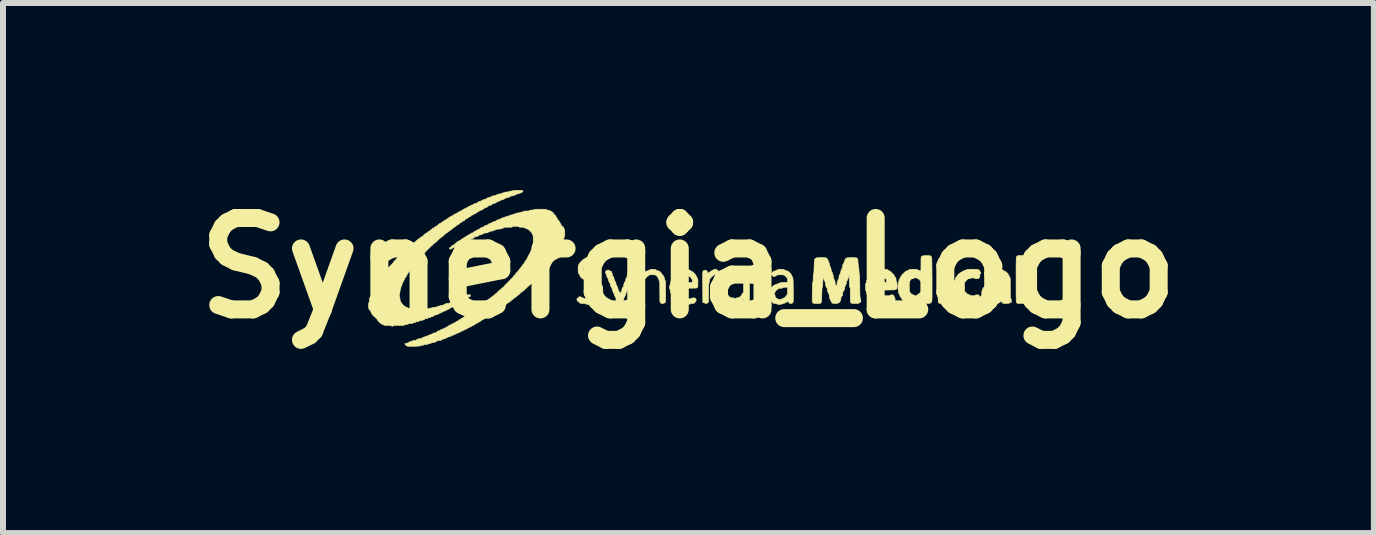
<source format=kicad_pcb>
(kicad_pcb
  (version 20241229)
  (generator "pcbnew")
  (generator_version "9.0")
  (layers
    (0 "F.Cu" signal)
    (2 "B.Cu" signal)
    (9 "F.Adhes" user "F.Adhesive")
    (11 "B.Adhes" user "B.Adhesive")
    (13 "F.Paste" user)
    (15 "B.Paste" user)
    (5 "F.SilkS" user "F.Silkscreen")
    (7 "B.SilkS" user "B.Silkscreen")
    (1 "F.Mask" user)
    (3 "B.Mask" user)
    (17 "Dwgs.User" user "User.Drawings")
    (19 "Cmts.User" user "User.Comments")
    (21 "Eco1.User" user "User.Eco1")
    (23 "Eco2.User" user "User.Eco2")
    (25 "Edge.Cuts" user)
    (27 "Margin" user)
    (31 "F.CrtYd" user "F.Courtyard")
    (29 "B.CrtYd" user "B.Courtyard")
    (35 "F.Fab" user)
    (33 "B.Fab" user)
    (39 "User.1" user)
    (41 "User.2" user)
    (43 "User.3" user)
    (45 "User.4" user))
  (footprint "Synergia_Logo"
    (layer "F.Cu")
    (at 8.426 1.418)
    (property "Reference" "Synergia_Logo" (at 0 0 0) (layer "F.SilkS") (effects (font (size 1.524 1.524) (thickness 0.3))))
    (attr through_hole)
    (fp_poly (pts (xy 1.186 -0.155) (xy 1.189 -0.15) (xy 1.193 -0.144) (xy 1.198 -0.142) (xy 1.208 -0.139) (xy 1.22 -0.131) (xy 1.221 -0.13) (xy 1.229 -0.121) (xy 1.233 -0.11) (xy 1.234 -0.094) (xy 1.234 -0.089) (xy 1.234 -0.072) (xy 1.231 -0.063) (xy 1.227 -0.061) (xy 1.227 -0.061) (xy 1.22 -0.057) (xy 1.219 -0.054) (xy 1.215 -0.047) (xy 1.206 -0.044) (xy 1.197 -0.04) (xy 1.194 -0.035) (xy 1.189 -0.032) (xy 1.178 -0.031) (xy 1.176 -0.03) (xy 1.164 -0.032) (xy 1.158 -0.035) (xy 1.158 -0.035) (xy 1.154 -0.039) (xy 1.143 -0.043) (xy 1.143 -0.043) (xy 1.131 -0.049) (xy 1.125 -0.061) (xy 1.125 -0.061) (xy 1.121 -0.072) (xy 1.117 -0.076) (xy 1.117 -0.076) (xy 1.114 -0.081) (xy 1.113 -0.091) (xy 1.113 -0.091) (xy 1.114 -0.102) (xy 1.117 -0.107) (xy 1.117 -0.107) (xy 1.122 -0.111) (xy 1.124 -0.117) (xy 1.13 -0.125) (xy 1.135 -0.127) (xy 1.142 -0.131) (xy 1.143 -0.135) (xy 1.147 -0.141) (xy 1.15 -0.142) (xy 1.158 -0.146) (xy 1.16 -0.15) (xy 1.167 -0.156) (xy 1.176 -0.157) (xy 1.186 -0.155)) (stroke (width 0.01) (type solid)) (fill yes) (layer "F.SilkS"))
    (fp_poly (pts (xy 1.196 0.037) (xy 1.203 0.04) (xy 1.204 0.043) (xy 1.208 0.05) (xy 1.211 0.051) (xy 1.218 0.055) (xy 1.221 0.062) (xy 1.222 0.069) (xy 1.222 0.086) (xy 1.223 0.11) (xy 1.223 0.142) (xy 1.224 0.179) (xy 1.224 0.222) (xy 1.224 0.269) (xy 1.224 0.318) (xy 1.224 0.324) (xy 1.224 0.381) (xy 1.224 0.428) (xy 1.224 0.467) (xy 1.224 0.498) (xy 1.223 0.523) (xy 1.223 0.542) (xy 1.222 0.555) (xy 1.221 0.564) (xy 1.22 0.57) (xy 1.218 0.573) (xy 1.216 0.574) (xy 1.214 0.574) (xy 1.206 0.577) (xy 1.204 0.582) (xy 1.201 0.587) (xy 1.191 0.589) (xy 1.181 0.589) (xy 1.166 0.588) (xy 1.159 0.585) (xy 1.158 0.582) (xy 1.154 0.576) (xy 1.143 0.574) (xy 1.128 0.574) (xy 1.128 0.32) (xy 1.128 0.262) (xy 1.128 0.214) (xy 1.128 0.174) (xy 1.128 0.141) (xy 1.129 0.116) (xy 1.13 0.097) (xy 1.13 0.083) (xy 1.131 0.074) (xy 1.133 0.069) (xy 1.134 0.066) (xy 1.135 0.066) (xy 1.142 0.062) (xy 1.143 0.058) (xy 1.147 0.052) (xy 1.151 0.051) (xy 1.157 0.047) (xy 1.158 0.043) (xy 1.161 0.038) (xy 1.171 0.036) (xy 1.181 0.036) (xy 1.196 0.037)) (stroke (width 0.01) (type solid)) (fill yes) (layer "F.SilkS"))
    (fp_poly (pts (xy 4.266 0.021) (xy 4.28 0.022) (xy 4.287 0.024) (xy 4.288 0.025) (xy 4.292 0.028) (xy 4.303 0.032) (xy 4.31 0.033) (xy 4.333 0.036) (xy 4.333 0.305) (xy 4.333 0.365) (xy 4.333 0.415) (xy 4.333 0.457) (xy 4.333 0.491) (xy 4.332 0.518) (xy 4.332 0.538) (xy 4.331 0.553) (xy 4.33 0.564) (xy 4.329 0.57) (xy 4.327 0.573) (xy 4.326 0.574) (xy 4.319 0.578) (xy 4.318 0.582) (xy 4.317 0.585) (xy 4.311 0.587) (xy 4.301 0.588) (xy 4.284 0.589) (xy 4.258 0.589) (xy 4.247 0.589) (xy 4.218 0.589) (xy 4.198 0.589) (xy 4.185 0.587) (xy 4.179 0.586) (xy 4.176 0.583) (xy 4.176 0.582) (xy 4.172 0.575) (xy 4.168 0.574) (xy 4.166 0.573) (xy 4.165 0.57) (xy 4.164 0.563) (xy 4.163 0.552) (xy 4.162 0.537) (xy 4.161 0.516) (xy 4.161 0.488) (xy 4.161 0.453) (xy 4.161 0.411) (xy 4.161 0.359) (xy 4.161 0.312) (xy 4.161 0.247) (xy 4.161 0.19) (xy 4.161 0.143) (xy 4.162 0.106) (xy 4.163 0.078) (xy 4.164 0.06) (xy 4.165 0.051) (xy 4.166 0.051) (xy 4.17 0.047) (xy 4.171 0.043) (xy 4.175 0.037) (xy 4.188 0.033) (xy 4.188 0.033) (xy 4.2 0.029) (xy 4.206 0.025) (xy 4.206 0.025) (xy 4.211 0.023) (xy 4.223 0.021) (xy 4.241 0.02) (xy 4.247 0.02) (xy 4.266 0.021)) (stroke (width 0.01) (type solid)) (fill yes) (layer "F.SilkS"))
    (fp_poly (pts (xy 5.549 -0.208) (xy 5.577 -0.207) (xy 5.599 -0.205) (xy 5.634 -0.202) (xy 5.634 0.186) (xy 5.634 0.259) (xy 5.634 0.322) (xy 5.634 0.376) (xy 5.633 0.422) (xy 5.633 0.461) (xy 5.633 0.492) (xy 5.632 0.518) (xy 5.632 0.537) (xy 5.631 0.552) (xy 5.63 0.562) (xy 5.629 0.569) (xy 5.628 0.573) (xy 5.626 0.574) (xy 5.626 0.574) (xy 5.619 0.578) (xy 5.618 0.582) (xy 5.617 0.585) (xy 5.612 0.587) (xy 5.601 0.588) (xy 5.584 0.589) (xy 5.559 0.589) (xy 5.547 0.589) (xy 5.519 0.589) (xy 5.499 0.589) (xy 5.486 0.587) (xy 5.479 0.586) (xy 5.476 0.583) (xy 5.476 0.582) (xy 5.472 0.575) (xy 5.469 0.574) (xy 5.467 0.573) (xy 5.466 0.57) (xy 5.465 0.564) (xy 5.464 0.554) (xy 5.463 0.54) (xy 5.463 0.522) (xy 5.462 0.497) (xy 5.462 0.467) (xy 5.461 0.43) (xy 5.461 0.385) (xy 5.461 0.332) (xy 5.461 0.27) (xy 5.461 0.199) (xy 5.461 0.193) (xy 5.461 0.121) (xy 5.461 0.059) (xy 5.461 0.005) (xy 5.461 -0.04) (xy 5.462 -0.078) (xy 5.462 -0.109) (xy 5.463 -0.134) (xy 5.463 -0.153) (xy 5.464 -0.167) (xy 5.465 -0.177) (xy 5.466 -0.184) (xy 5.467 -0.187) (xy 5.469 -0.188) (xy 5.469 -0.188) (xy 5.475 -0.192) (xy 5.476 -0.195) (xy 5.481 -0.202) (xy 5.488 -0.205) (xy 5.502 -0.207) (xy 5.523 -0.208) (xy 5.549 -0.208)) (stroke (width 0.01) (type solid)) (fill yes) (layer "F.SilkS"))
    (fp_poly (pts (xy 4.263 -0.187) (xy 4.271 -0.184) (xy 4.272 -0.18) (xy 4.277 -0.174) (xy 4.288 -0.173) (xy 4.3 -0.17) (xy 4.303 -0.165) (xy 4.307 -0.158) (xy 4.31 -0.157) (xy 4.317 -0.153) (xy 4.318 -0.15) (xy 4.322 -0.143) (xy 4.326 -0.142) (xy 4.331 -0.138) (xy 4.333 -0.126) (xy 4.333 -0.124) (xy 4.335 -0.111) (xy 4.34 -0.107) (xy 4.341 -0.107) (xy 4.348 -0.103) (xy 4.348 -0.099) (xy 4.344 -0.092) (xy 4.341 -0.091) (xy 4.335 -0.087) (xy 4.333 -0.076) (xy 4.331 -0.064) (xy 4.326 -0.061) (xy 4.32 -0.056) (xy 4.318 -0.046) (xy 4.316 -0.035) (xy 4.309 -0.03) (xy 4.303 -0.028) (xy 4.292 -0.024) (xy 4.288 -0.02) (xy 4.288 -0.02) (xy 4.283 -0.018) (xy 4.27 -0.016) (xy 4.253 -0.015) (xy 4.247 -0.015) (xy 4.227 -0.016) (xy 4.213 -0.017) (xy 4.206 -0.02) (xy 4.206 -0.02) (xy 4.202 -0.025) (xy 4.201 -0.025) (xy 4.192 -0.029) (xy 4.182 -0.038) (xy 4.174 -0.047) (xy 4.171 -0.055) (xy 4.167 -0.061) (xy 4.166 -0.061) (xy 4.163 -0.066) (xy 4.161 -0.078) (xy 4.161 -0.097) (xy 4.161 -0.099) (xy 4.161 -0.118) (xy 4.163 -0.132) (xy 4.165 -0.137) (xy 4.166 -0.137) (xy 4.17 -0.141) (xy 4.171 -0.145) (xy 4.175 -0.153) (xy 4.181 -0.156) (xy 4.189 -0.161) (xy 4.191 -0.166) (xy 4.196 -0.171) (xy 4.206 -0.173) (xy 4.218 -0.175) (xy 4.221 -0.18) (xy 4.224 -0.185) (xy 4.234 -0.187) (xy 4.247 -0.188) (xy 4.263 -0.187)) (stroke (width 0.01) (type solid)) (fill yes) (layer "F.SilkS"))
    (fp_poly (pts (xy 0.456 0.021) (xy 0.462 0.024) (xy 0.462 0.025) (xy 0.467 0.029) (xy 0.477 0.033) (xy 0.478 0.033) (xy 0.486 0.035) (xy 0.491 0.04) (xy 0.492 0.049) (xy 0.493 0.065) (xy 0.49 0.088) (xy 0.483 0.103) (xy 0.469 0.111) (xy 0.458 0.112) (xy 0.438 0.113) (xy 0.422 0.117) (xy 0.413 0.122) (xy 0.411 0.125) (xy 0.407 0.131) (xy 0.404 0.132) (xy 0.397 0.135) (xy 0.396 0.137) (xy 0.392 0.142) (xy 0.389 0.142) (xy 0.382 0.146) (xy 0.381 0.152) (xy 0.378 0.161) (xy 0.373 0.163) (xy 0.367 0.167) (xy 0.366 0.17) (xy 0.362 0.177) (xy 0.359 0.178) (xy 0.355 0.181) (xy 0.352 0.192) (xy 0.349 0.212) (xy 0.348 0.218) (xy 0.346 0.237) (xy 0.343 0.252) (xy 0.341 0.259) (xy 0.34 0.259) (xy 0.339 0.264) (xy 0.338 0.278) (xy 0.337 0.301) (xy 0.336 0.331) (xy 0.335 0.368) (xy 0.335 0.411) (xy 0.335 0.417) (xy 0.335 0.461) (xy 0.335 0.496) (xy 0.335 0.523) (xy 0.334 0.543) (xy 0.334 0.556) (xy 0.333 0.566) (xy 0.331 0.571) (xy 0.329 0.573) (xy 0.326 0.574) (xy 0.325 0.574) (xy 0.317 0.577) (xy 0.315 0.582) (xy 0.312 0.587) (xy 0.302 0.589) (xy 0.292 0.589) (xy 0.277 0.588) (xy 0.27 0.585) (xy 0.269 0.582) (xy 0.265 0.576) (xy 0.254 0.574) (xy 0.239 0.574) (xy 0.238 0.331) (xy 0.237 0.271) (xy 0.237 0.22) (xy 0.237 0.177) (xy 0.237 0.142) (xy 0.237 0.115) (xy 0.238 0.093) (xy 0.238 0.077) (xy 0.239 0.066) (xy 0.241 0.058) (xy 0.242 0.054) (xy 0.244 0.051) (xy 0.246 0.051) (xy 0.247 0.051) (xy 0.253 0.047) (xy 0.254 0.043) (xy 0.257 0.038) (xy 0.268 0.036) (xy 0.274 0.036) (xy 0.295 0.04) (xy 0.31 0.052) (xy 0.318 0.068) (xy 0.324 0.079) (xy 0.333 0.081) (xy 0.343 0.079) (xy 0.345 0.074) (xy 0.35 0.067) (xy 0.356 0.066) (xy 0.364 0.063) (xy 0.366 0.059) (xy 0.37 0.053) (xy 0.381 0.048) (xy 0.381 0.048) (xy 0.392 0.045) (xy 0.396 0.041) (xy 0.396 0.041) (xy 0.401 0.037) (xy 0.411 0.033) (xy 0.411 0.033) (xy 0.422 0.029) (xy 0.427 0.025) (xy 0.427 0.025) (xy 0.431 0.022) (xy 0.442 0.02) (xy 0.445 0.02) (xy 0.456 0.021)) (stroke (width 0.01) (type solid)) (fill yes) (layer "F.SilkS"))
    (fp_poly (pts (xy -0.575 0.021) (xy -0.561 0.022) (xy -0.554 0.024) (xy -0.554 0.025) (xy -0.549 0.029) (xy -0.54 0.033) (xy -0.529 0.037) (xy -0.523 0.041) (xy -0.516 0.045) (xy -0.503 0.049) (xy -0.499 0.049) (xy -0.484 0.053) (xy -0.478 0.058) (xy -0.478 0.059) (xy -0.473 0.065) (xy -0.47 0.066) (xy -0.463 0.07) (xy -0.462 0.074) (xy -0.458 0.08) (xy -0.455 0.081) (xy -0.449 0.086) (xy -0.445 0.096) (xy -0.445 0.097) (xy -0.44 0.107) (xy -0.434 0.112) (xy -0.434 0.112) (xy -0.427 0.116) (xy -0.427 0.119) (xy -0.423 0.127) (xy -0.419 0.129) (xy -0.413 0.136) (xy -0.411 0.147) (xy -0.409 0.159) (xy -0.404 0.163) (xy -0.399 0.166) (xy -0.397 0.176) (xy -0.396 0.185) (xy -0.395 0.2) (xy -0.392 0.207) (xy -0.389 0.208) (xy -0.387 0.209) (xy -0.385 0.213) (xy -0.384 0.22) (xy -0.383 0.232) (xy -0.382 0.25) (xy -0.381 0.274) (xy -0.381 0.305) (xy -0.381 0.345) (xy -0.381 0.391) (xy -0.381 0.439) (xy -0.381 0.478) (xy -0.381 0.508) (xy -0.382 0.532) (xy -0.382 0.549) (xy -0.383 0.56) (xy -0.384 0.568) (xy -0.386 0.572) (xy -0.388 0.574) (xy -0.391 0.574) (xy -0.391 0.574) (xy -0.399 0.577) (xy -0.401 0.582) (xy -0.404 0.586) (xy -0.412 0.588) (xy -0.428 0.589) (xy -0.432 0.589) (xy -0.449 0.589) (xy -0.459 0.587) (xy -0.462 0.583) (xy -0.462 0.582) (xy -0.466 0.575) (xy -0.47 0.574) (xy -0.472 0.573) (xy -0.474 0.569) (xy -0.475 0.562) (xy -0.476 0.549) (xy -0.477 0.532) (xy -0.477 0.507) (xy -0.477 0.475) (xy -0.477 0.434) (xy -0.478 0.401) (xy -0.478 0.353) (xy -0.478 0.315) (xy -0.478 0.285) (xy -0.479 0.262) (xy -0.48 0.245) (xy -0.481 0.233) (xy -0.482 0.226) (xy -0.484 0.221) (xy -0.485 0.22) (xy -0.49 0.21) (xy -0.493 0.196) (xy -0.493 0.195) (xy -0.494 0.182) (xy -0.5 0.178) (xy -0.5 0.178) (xy -0.506 0.173) (xy -0.508 0.163) (xy -0.51 0.15) (xy -0.516 0.147) (xy -0.522 0.143) (xy -0.523 0.14) (xy -0.527 0.133) (xy -0.531 0.132) (xy -0.538 0.128) (xy -0.538 0.125) (xy -0.543 0.119) (xy -0.558 0.115) (xy -0.583 0.112) (xy -0.606 0.112) (xy -0.634 0.113) (xy -0.652 0.115) (xy -0.662 0.119) (xy -0.665 0.125) (xy -0.665 0.125) (xy -0.67 0.131) (xy -0.673 0.132) (xy -0.683 0.136) (xy -0.694 0.144) (xy -0.7 0.153) (xy -0.701 0.156) (xy -0.705 0.162) (xy -0.709 0.163) (xy -0.715 0.167) (xy -0.716 0.17) (xy -0.72 0.177) (xy -0.724 0.178) (xy -0.728 0.18) (xy -0.731 0.188) (xy -0.732 0.205) (xy -0.732 0.208) (xy -0.732 0.225) (xy -0.734 0.236) (xy -0.737 0.239) (xy -0.738 0.244) (xy -0.739 0.259) (xy -0.741 0.283) (xy -0.741 0.317) (xy -0.742 0.359) (xy -0.742 0.395) (xy -0.742 0.434) (xy -0.742 0.471) (xy -0.743 0.503) (xy -0.743 0.53) (xy -0.744 0.549) (xy -0.745 0.561) (xy -0.745 0.563) (xy -0.75 0.572) (xy -0.755 0.574) (xy -0.761 0.578) (xy -0.762 0.582) (xy -0.765 0.586) (xy -0.774 0.589) (xy -0.787 0.589) (xy -0.803 0.588) (xy -0.811 0.586) (xy -0.813 0.582) (xy -0.817 0.576) (xy -0.825 0.574) (xy -0.836 0.57) (xy -0.84 0.563) (xy -0.841 0.555) (xy -0.841 0.538) (xy -0.842 0.514) (xy -0.842 0.484) (xy -0.843 0.448) (xy -0.843 0.408) (xy -0.843 0.365) (xy -0.843 0.321) (xy -0.843 0.277) (xy -0.843 0.234) (xy -0.843 0.193) (xy -0.842 0.155) (xy -0.842 0.122) (xy -0.842 0.095) (xy -0.841 0.075) (xy -0.84 0.064) (xy -0.84 0.062) (xy -0.835 0.053) (xy -0.83 0.051) (xy -0.824 0.047) (xy -0.823 0.043) (xy -0.82 0.038) (xy -0.81 0.036) (xy -0.8 0.036) (xy -0.785 0.037) (xy -0.778 0.04) (xy -0.777 0.043) (xy -0.773 0.05) (xy -0.77 0.051) (xy -0.763 0.055) (xy -0.762 0.058) (xy -0.758 0.065) (xy -0.754 0.066) (xy -0.748 0.07) (xy -0.747 0.074) (xy -0.743 0.08) (xy -0.739 0.081) (xy -0.732 0.077) (xy -0.732 0.074) (xy -0.727 0.067) (xy -0.721 0.066) (xy -0.713 0.063) (xy -0.711 0.058) (xy -0.707 0.052) (xy -0.696 0.051) (xy -0.683 0.049) (xy -0.674 0.044) (xy -0.665 0.038) (xy -0.651 0.033) (xy -0.64 0.03) (xy -0.635 0.025) (xy -0.635 0.025) (xy -0.63 0.023) (xy -0.618 0.021) (xy -0.6 0.02) (xy -0.594 0.02) (xy -0.575 0.021)) (stroke (width 0.01) (type solid)) (fill yes) (layer "F.SilkS"))
    (fp_poly (pts (xy 4.767 0.021) (xy 4.793 0.021) (xy 4.812 0.022) (xy 4.823 0.024) (xy 4.826 0.025) (xy 4.83 0.029) (xy 4.841 0.033) (xy 4.841 0.033) (xy 4.852 0.037) (xy 4.856 0.045) (xy 4.856 0.051) (xy 4.859 0.063) (xy 4.864 0.066) (xy 4.87 0.071) (xy 4.872 0.081) (xy 4.869 0.093) (xy 4.864 0.097) (xy 4.86 0.099) (xy 4.857 0.107) (xy 4.856 0.123) (xy 4.856 0.127) (xy 4.856 0.145) (xy 4.853 0.155) (xy 4.849 0.157) (xy 4.843 0.162) (xy 4.84 0.168) (xy 4.837 0.174) (xy 4.833 0.177) (xy 4.823 0.178) (xy 4.807 0.177) (xy 4.8 0.177) (xy 4.779 0.175) (xy 4.766 0.172) (xy 4.761 0.169) (xy 4.755 0.165) (xy 4.743 0.163) (xy 4.73 0.163) (xy 4.718 0.165) (xy 4.713 0.168) (xy 4.707 0.172) (xy 4.695 0.175) (xy 4.682 0.177) (xy 4.664 0.179) (xy 4.655 0.183) (xy 4.653 0.186) (xy 4.649 0.192) (xy 4.646 0.193) (xy 4.639 0.197) (xy 4.638 0.201) (xy 4.634 0.207) (xy 4.631 0.208) (xy 4.624 0.213) (xy 4.621 0.218) (xy 4.616 0.227) (xy 4.611 0.229) (xy 4.607 0.23) (xy 4.605 0.234) (xy 4.604 0.243) (xy 4.603 0.258) (xy 4.603 0.28) (xy 4.602 0.307) (xy 4.602 0.385) (xy 4.618 0.401) (xy 4.627 0.412) (xy 4.633 0.422) (xy 4.633 0.424) (xy 4.637 0.43) (xy 4.648 0.432) (xy 4.66 0.434) (xy 4.663 0.439) (xy 4.667 0.445) (xy 4.68 0.447) (xy 4.681 0.447) (xy 4.694 0.449) (xy 4.699 0.454) (xy 4.699 0.455) (xy 4.701 0.459) (xy 4.708 0.461) (xy 4.722 0.462) (xy 4.74 0.462) (xy 4.76 0.462) (xy 4.773 0.461) (xy 4.779 0.458) (xy 4.78 0.455) (xy 4.783 0.45) (xy 4.791 0.448) (xy 4.807 0.447) (xy 4.811 0.447) (xy 4.828 0.448) (xy 4.838 0.45) (xy 4.841 0.454) (xy 4.841 0.455) (xy 4.845 0.461) (xy 4.849 0.462) (xy 4.854 0.465) (xy 4.856 0.474) (xy 4.856 0.488) (xy 4.857 0.504) (xy 4.86 0.511) (xy 4.864 0.513) (xy 4.869 0.516) (xy 4.871 0.526) (xy 4.872 0.536) (xy 4.871 0.551) (xy 4.867 0.558) (xy 4.864 0.559) (xy 4.857 0.563) (xy 4.856 0.566) (xy 4.852 0.573) (xy 4.849 0.574) (xy 4.842 0.578) (xy 4.841 0.581) (xy 4.838 0.585) (xy 4.829 0.588) (xy 4.811 0.59) (xy 4.802 0.59) (xy 4.78 0.592) (xy 4.766 0.595) (xy 4.761 0.598) (xy 4.755 0.602) (xy 4.742 0.604) (xy 4.724 0.605) (xy 4.705 0.605) (xy 4.687 0.603) (xy 4.674 0.601) (xy 4.667 0.597) (xy 4.667 0.597) (xy 4.663 0.593) (xy 4.653 0.59) (xy 4.635 0.589) (xy 4.625 0.589) (xy 4.605 0.589) (xy 4.594 0.587) (xy 4.588 0.585) (xy 4.587 0.582) (xy 4.583 0.576) (xy 4.572 0.574) (xy 4.56 0.572) (xy 4.557 0.566) (xy 4.553 0.56) (xy 4.547 0.559) (xy 4.535 0.555) (xy 4.53 0.551) (xy 4.522 0.545) (xy 4.518 0.543) (xy 4.511 0.54) (xy 4.502 0.531) (xy 4.494 0.521) (xy 4.491 0.514) (xy 4.491 0.514) (xy 4.487 0.509) (xy 4.483 0.508) (xy 4.477 0.504) (xy 4.475 0.495) (xy 4.473 0.485) (xy 4.468 0.483) (xy 4.462 0.478) (xy 4.46 0.472) (xy 4.457 0.464) (xy 4.453 0.462) (xy 4.447 0.458) (xy 4.445 0.447) (xy 4.443 0.435) (xy 4.438 0.432) (xy 4.433 0.427) (xy 4.429 0.412) (xy 4.428 0.406) (xy 4.425 0.392) (xy 4.421 0.383) (xy 4.419 0.381) (xy 4.417 0.376) (xy 4.416 0.363) (xy 4.415 0.342) (xy 4.415 0.32) (xy 4.415 0.293) (xy 4.416 0.273) (xy 4.418 0.262) (xy 4.42 0.259) (xy 4.423 0.255) (xy 4.425 0.245) (xy 4.427 0.226) (xy 4.431 0.213) (xy 4.438 0.208) (xy 4.438 0.208) (xy 4.443 0.204) (xy 4.445 0.191) (xy 4.446 0.179) (xy 4.449 0.173) (xy 4.45 0.173) (xy 4.455 0.168) (xy 4.458 0.16) (xy 4.463 0.15) (xy 4.468 0.147) (xy 4.474 0.143) (xy 4.475 0.137) (xy 4.479 0.129) (xy 4.483 0.127) (xy 4.489 0.123) (xy 4.492 0.113) (xy 4.495 0.102) (xy 4.505 0.098) (xy 4.507 0.097) (xy 4.518 0.094) (xy 4.521 0.089) (xy 4.525 0.083) (xy 4.531 0.081) (xy 4.54 0.078) (xy 4.542 0.074) (xy 4.546 0.068) (xy 4.554 0.066) (xy 4.564 0.064) (xy 4.567 0.059) (xy 4.571 0.053) (xy 4.583 0.049) (xy 4.584 0.049) (xy 4.596 0.045) (xy 4.603 0.041) (xy 4.603 0.04) (xy 4.609 0.036) (xy 4.621 0.033) (xy 4.627 0.032) (xy 4.64 0.029) (xy 4.647 0.026) (xy 4.648 0.025) (xy 4.653 0.023) (xy 4.666 0.022) (xy 4.687 0.021) (xy 4.712 0.02) (xy 4.737 0.02) (xy 4.767 0.021)) (stroke (width 0.01) (type solid)) (fill yes) (layer "F.SilkS"))
    (fp_poly (pts (xy 5.157 0.021) (xy 5.184 0.021) (xy 5.205 0.022) (xy 5.218 0.024) (xy 5.222 0.025) (xy 5.227 0.029) (xy 5.237 0.033) (xy 5.237 0.033) (xy 5.248 0.037) (xy 5.253 0.043) (xy 5.253 0.044) (xy 5.257 0.049) (xy 5.268 0.051) (xy 5.28 0.053) (xy 5.283 0.058) (xy 5.287 0.065) (xy 5.291 0.066) (xy 5.298 0.07) (xy 5.298 0.074) (xy 5.303 0.08) (xy 5.309 0.081) (xy 5.317 0.084) (xy 5.319 0.088) (xy 5.323 0.096) (xy 5.326 0.098) (xy 5.332 0.105) (xy 5.334 0.114) (xy 5.337 0.124) (xy 5.342 0.129) (xy 5.347 0.136) (xy 5.349 0.145) (xy 5.352 0.155) (xy 5.357 0.157) (xy 5.359 0.159) (xy 5.361 0.162) (xy 5.362 0.17) (xy 5.363 0.182) (xy 5.364 0.2) (xy 5.364 0.224) (xy 5.364 0.256) (xy 5.364 0.296) (xy 5.364 0.333) (xy 5.365 0.38) (xy 5.365 0.418) (xy 5.365 0.448) (xy 5.366 0.471) (xy 5.366 0.487) (xy 5.367 0.498) (xy 5.369 0.504) (xy 5.371 0.507) (xy 5.372 0.508) (xy 5.376 0.51) (xy 5.379 0.518) (xy 5.38 0.534) (xy 5.38 0.541) (xy 5.38 0.574) (xy 5.364 0.574) (xy 5.352 0.576) (xy 5.349 0.582) (xy 5.348 0.585) (xy 5.342 0.587) (xy 5.33 0.589) (xy 5.311 0.589) (xy 5.293 0.589) (xy 5.268 0.589) (xy 5.252 0.588) (xy 5.242 0.587) (xy 5.238 0.584) (xy 5.237 0.582) (xy 5.233 0.575) (xy 5.23 0.574) (xy 5.223 0.57) (xy 5.222 0.566) (xy 5.218 0.56) (xy 5.207 0.559) (xy 5.195 0.561) (xy 5.192 0.566) (xy 5.188 0.573) (xy 5.182 0.574) (xy 5.173 0.577) (xy 5.171 0.582) (xy 5.169 0.586) (xy 5.161 0.588) (xy 5.145 0.589) (xy 5.141 0.589) (xy 5.123 0.59) (xy 5.114 0.592) (xy 5.111 0.596) (xy 5.11 0.597) (xy 5.108 0.601) (xy 5.101 0.603) (xy 5.087 0.604) (xy 5.073 0.605) (xy 5.052 0.604) (xy 5.04 0.602) (xy 5.033 0.599) (xy 5.032 0.597) (xy 5.026 0.591) (xy 5.01 0.589) (xy 5.006 0.589) (xy 4.991 0.588) (xy 4.984 0.585) (xy 4.983 0.582) (xy 4.979 0.576) (xy 4.968 0.574) (xy 4.956 0.572) (xy 4.953 0.566) (xy 4.949 0.56) (xy 4.945 0.559) (xy 4.939 0.555) (xy 4.938 0.551) (xy 4.934 0.544) (xy 4.931 0.544) (xy 4.924 0.539) (xy 4.92 0.529) (xy 4.915 0.517) (xy 4.91 0.511) (xy 4.903 0.504) (xy 4.902 0.501) (xy 4.898 0.493) (xy 4.896 0.491) (xy 4.893 0.486) (xy 4.891 0.472) (xy 4.89 0.454) (xy 4.889 0.433) (xy 4.889 0.416) (xy 5.065 0.416) (xy 5.065 0.417) (xy 5.066 0.427) (xy 5.069 0.432) (xy 5.069 0.432) (xy 5.074 0.436) (xy 5.077 0.447) (xy 5.077 0.447) (xy 5.081 0.462) (xy 5.171 0.462) (xy 5.174 0.447) (xy 5.178 0.436) (xy 5.182 0.432) (xy 5.182 0.432) (xy 5.186 0.428) (xy 5.187 0.425) (xy 5.19 0.417) (xy 5.197 0.41) (xy 5.203 0.403) (xy 5.206 0.393) (xy 5.207 0.376) (xy 5.207 0.368) (xy 5.207 0.335) (xy 5.176 0.335) (xy 5.157 0.336) (xy 5.147 0.339) (xy 5.143 0.343) (xy 5.136 0.349) (xy 5.125 0.351) (xy 5.113 0.353) (xy 5.11 0.358) (xy 5.106 0.364) (xy 5.096 0.366) (xy 5.086 0.367) (xy 5.08 0.373) (xy 5.078 0.384) (xy 5.074 0.395) (xy 5.07 0.401) (xy 5.07 0.401) (xy 5.066 0.406) (xy 5.065 0.416) (xy 4.889 0.416) (xy 4.889 0.412) (xy 4.891 0.393) (xy 4.892 0.379) (xy 4.895 0.372) (xy 4.895 0.372) (xy 4.9 0.365) (xy 4.904 0.353) (xy 4.905 0.352) (xy 4.908 0.341) (xy 4.912 0.335) (xy 4.913 0.335) (xy 4.917 0.331) (xy 4.917 0.328) (xy 4.922 0.321) (xy 4.925 0.32) (xy 4.932 0.316) (xy 4.933 0.312) (xy 4.937 0.306) (xy 4.94 0.305) (xy 4.949 0.301) (xy 4.952 0.296) (xy 4.959 0.283) (xy 4.968 0.273) (xy 4.977 0.269) (xy 4.983 0.266) (xy 4.983 0.265) (xy 4.988 0.26) (xy 4.998 0.257) (xy 4.999 0.257) (xy 5.009 0.253) (xy 5.014 0.249) (xy 5.014 0.249) (xy 5.019 0.246) (xy 5.03 0.242) (xy 5.039 0.241) (xy 5.056 0.237) (xy 5.064 0.232) (xy 5.065 0.23) (xy 5.069 0.225) (xy 5.08 0.224) (xy 5.091 0.222) (xy 5.097 0.217) (xy 5.103 0.213) (xy 5.118 0.211) (xy 5.144 0.209) (xy 5.146 0.209) (xy 5.168 0.208) (xy 5.181 0.207) (xy 5.188 0.205) (xy 5.191 0.202) (xy 5.19 0.197) (xy 5.19 0.196) (xy 5.187 0.186) (xy 5.187 0.182) (xy 5.183 0.178) (xy 5.179 0.178) (xy 5.172 0.174) (xy 5.171 0.171) (xy 5.167 0.165) (xy 5.153 0.162) (xy 5.15 0.161) (xy 5.136 0.158) (xy 5.128 0.154) (xy 5.127 0.153) (xy 5.121 0.149) (xy 5.11 0.147) (xy 5.1 0.149) (xy 5.094 0.153) (xy 5.088 0.157) (xy 5.076 0.16) (xy 5.065 0.161) (xy 5.048 0.164) (xy 5.036 0.168) (xy 5.033 0.171) (xy 5.026 0.175) (xy 5.013 0.178) (xy 4.998 0.178) (xy 4.983 0.177) (xy 4.972 0.174) (xy 4.968 0.17) (xy 4.964 0.163) (xy 4.961 0.163) (xy 4.954 0.158) (xy 4.953 0.155) (xy 4.949 0.148) (xy 4.946 0.147) (xy 4.94 0.142) (xy 4.936 0.129) (xy 4.933 0.107) (xy 4.933 0.091) (xy 4.933 0.076) (xy 4.936 0.068) (xy 4.941 0.066) (xy 4.943 0.066) (xy 4.951 0.063) (xy 4.953 0.059) (xy 4.958 0.054) (xy 4.971 0.05) (xy 4.974 0.049) (xy 4.988 0.046) (xy 4.997 0.043) (xy 4.998 0.041) (xy 5.005 0.037) (xy 5.015 0.033) (xy 5.025 0.029) (xy 5.029 0.025) (xy 5.034 0.023) (xy 5.047 0.022) (xy 5.068 0.021) (xy 5.094 0.021) (xy 5.124 0.02) (xy 5.126 0.02) (xy 5.157 0.021)) (stroke (width 0.01) (type solid)) (fill yes) (layer "F.SilkS"))
    (fp_poly (pts (xy 4.002 -0.206) (xy 4.005 -0.206) (xy 4.025 -0.204) (xy 4.036 -0.201) (xy 4.042 -0.198) (xy 4.045 -0.192) (xy 4.046 -0.189) (xy 4.05 -0.178) (xy 4.054 -0.173) (xy 4.055 -0.167) (xy 4.055 -0.152) (xy 4.056 -0.129) (xy 4.057 -0.098) (xy 4.058 -0.06) (xy 4.058 -0.016) (xy 4.059 0.033) (xy 4.059 0.087) (xy 4.06 0.144) (xy 4.06 0.194) (xy 4.06 0.267) (xy 4.06 0.329) (xy 4.06 0.383) (xy 4.06 0.428) (xy 4.06 0.466) (xy 4.06 0.496) (xy 4.059 0.519) (xy 4.058 0.537) (xy 4.058 0.549) (xy 4.057 0.556) (xy 4.055 0.559) (xy 4.055 0.559) (xy 4.049 0.563) (xy 4.049 0.566) (xy 4.045 0.573) (xy 4.041 0.574) (xy 4.034 0.578) (xy 4.034 0.582) (xy 4.032 0.585) (xy 4.026 0.587) (xy 4.014 0.589) (xy 3.995 0.589) (xy 3.978 0.589) (xy 3.953 0.589) (xy 3.936 0.588) (xy 3.927 0.587) (xy 3.922 0.584) (xy 3.922 0.582) (xy 3.918 0.575) (xy 3.912 0.574) (xy 3.903 0.571) (xy 3.901 0.566) (xy 3.898 0.561) (xy 3.887 0.559) (xy 3.881 0.559) (xy 3.867 0.56) (xy 3.861 0.564) (xy 3.861 0.566) (xy 3.857 0.573) (xy 3.851 0.574) (xy 3.842 0.577) (xy 3.84 0.581) (xy 3.836 0.586) (xy 3.823 0.589) (xy 3.812 0.59) (xy 3.795 0.593) (xy 3.784 0.596) (xy 3.781 0.599) (xy 3.775 0.602) (xy 3.762 0.604) (xy 3.746 0.605) (xy 3.731 0.604) (xy 3.718 0.602) (xy 3.712 0.598) (xy 3.706 0.595) (xy 3.692 0.592) (xy 3.674 0.59) (xy 3.653 0.588) (xy 3.642 0.586) (xy 3.637 0.582) (xy 3.637 0.581) (xy 3.633 0.575) (xy 3.627 0.574) (xy 3.619 0.571) (xy 3.617 0.567) (xy 3.613 0.561) (xy 3.604 0.557) (xy 3.595 0.553) (xy 3.592 0.549) (xy 3.587 0.544) (xy 3.581 0.544) (xy 3.573 0.54) (xy 3.571 0.533) (xy 3.568 0.525) (xy 3.564 0.523) (xy 3.557 0.519) (xy 3.556 0.511) (xy 3.553 0.5) (xy 3.548 0.498) (xy 3.542 0.494) (xy 3.541 0.488) (xy 3.538 0.479) (xy 3.533 0.478) (xy 3.527 0.473) (xy 3.525 0.466) (xy 3.524 0.448) (xy 3.519 0.436) (xy 3.512 0.432) (xy 3.507 0.428) (xy 3.505 0.416) (xy 3.505 0.409) (xy 3.504 0.395) (xy 3.501 0.386) (xy 3.499 0.385) (xy 3.497 0.379) (xy 3.495 0.366) (xy 3.493 0.347) (xy 3.493 0.325) (xy 3.493 0.324) (xy 3.68 0.324) (xy 3.681 0.351) (xy 3.683 0.374) (xy 3.686 0.391) (xy 3.689 0.4) (xy 3.691 0.401) (xy 3.697 0.406) (xy 3.698 0.414) (xy 3.701 0.423) (xy 3.71 0.428) (xy 3.713 0.429) (xy 3.724 0.434) (xy 3.729 0.44) (xy 3.729 0.44) (xy 3.733 0.445) (xy 3.744 0.447) (xy 3.756 0.449) (xy 3.759 0.455) (xy 3.762 0.459) (xy 3.771 0.462) (xy 3.785 0.462) (xy 3.801 0.461) (xy 3.808 0.459) (xy 3.81 0.455) (xy 3.814 0.448) (xy 3.818 0.447) (xy 3.824 0.443) (xy 3.825 0.44) (xy 3.83 0.434) (xy 3.84 0.43) (xy 3.84 0.43) (xy 3.851 0.426) (xy 3.856 0.42) (xy 3.859 0.41) (xy 3.865 0.403) (xy 3.868 0.399) (xy 3.87 0.392) (xy 3.872 0.382) (xy 3.873 0.367) (xy 3.873 0.344) (xy 3.873 0.314) (xy 3.873 0.306) (xy 3.873 0.274) (xy 3.873 0.25) (xy 3.872 0.234) (xy 3.871 0.223) (xy 3.869 0.217) (xy 3.866 0.214) (xy 3.865 0.213) (xy 3.857 0.205) (xy 3.856 0.2) (xy 3.852 0.194) (xy 3.848 0.193) (xy 3.841 0.189) (xy 3.84 0.185) (xy 3.836 0.179) (xy 3.825 0.178) (xy 3.813 0.176) (xy 3.81 0.17) (xy 3.807 0.165) (xy 3.797 0.163) (xy 3.787 0.163) (xy 3.769 0.164) (xy 3.757 0.169) (xy 3.756 0.17) (xy 3.746 0.175) (xy 3.732 0.178) (xy 3.731 0.178) (xy 3.718 0.18) (xy 3.713 0.185) (xy 3.713 0.185) (xy 3.709 0.192) (xy 3.706 0.193) (xy 3.7 0.197) (xy 3.698 0.203) (xy 3.695 0.211) (xy 3.691 0.213) (xy 3.688 0.216) (xy 3.685 0.226) (xy 3.683 0.243) (xy 3.682 0.262) (xy 3.68 0.294) (xy 3.68 0.324) (xy 3.493 0.324) (xy 3.493 0.303) (xy 3.493 0.283) (xy 3.495 0.266) (xy 3.497 0.257) (xy 3.498 0.255) (xy 3.502 0.248) (xy 3.505 0.235) (xy 3.506 0.224) (xy 3.509 0.208) (xy 3.512 0.197) (xy 3.514 0.194) (xy 3.519 0.187) (xy 3.523 0.176) (xy 3.527 0.166) (xy 3.531 0.163) (xy 3.535 0.158) (xy 3.538 0.148) (xy 3.543 0.136) (xy 3.549 0.13) (xy 3.555 0.123) (xy 3.556 0.12) (xy 3.56 0.113) (xy 3.564 0.112) (xy 3.57 0.108) (xy 3.571 0.104) (xy 3.575 0.097) (xy 3.579 0.097) (xy 3.586 0.092) (xy 3.586 0.089) (xy 3.591 0.082) (xy 3.594 0.081) (xy 3.601 0.077) (xy 3.602 0.074) (xy 3.606 0.067) (xy 3.609 0.066) (xy 3.616 0.062) (xy 3.617 0.058) (xy 3.621 0.052) (xy 3.632 0.051) (xy 3.644 0.049) (xy 3.651 0.043) (xy 3.657 0.037) (xy 3.668 0.033) (xy 3.679 0.029) (xy 3.683 0.025) (xy 3.688 0.023) (xy 3.701 0.022) (xy 3.72 0.021) (xy 3.744 0.02) (xy 3.747 0.02) (xy 3.771 0.021) (xy 3.791 0.022) (xy 3.804 0.023) (xy 3.81 0.025) (xy 3.81 0.025) (xy 3.814 0.029) (xy 3.825 0.033) (xy 3.826 0.033) (xy 3.84 0.038) (xy 3.849 0.044) (xy 3.86 0.05) (xy 3.869 0.047) (xy 3.873 0.039) (xy 3.874 0.031) (xy 3.875 0.014) (xy 3.875 -0.009) (xy 3.876 -0.038) (xy 3.876 -0.07) (xy 3.876 -0.08) (xy 3.876 -0.116) (xy 3.876 -0.144) (xy 3.877 -0.163) (xy 3.878 -0.176) (xy 3.88 -0.184) (xy 3.882 -0.187) (xy 3.884 -0.188) (xy 3.89 -0.192) (xy 3.891 -0.195) (xy 3.896 -0.199) (xy 3.909 -0.203) (xy 3.928 -0.205) (xy 3.951 -0.207) (xy 3.976 -0.207) (xy 4.002 -0.206)) (stroke (width 0.01) (type solid)) (fill yes) (layer "F.SilkS"))
    (fp_poly (pts (xy 3.263 0.02) (xy 3.286 0.021) (xy 3.302 0.022) (xy 3.311 0.023) (xy 3.316 0.025) (xy 3.317 0.028) (xy 3.321 0.035) (xy 3.325 0.036) (xy 3.335 0.039) (xy 3.341 0.043) (xy 3.352 0.05) (xy 3.358 0.051) (xy 3.366 0.054) (xy 3.368 0.058) (xy 3.372 0.065) (xy 3.376 0.066) (xy 3.382 0.07) (xy 3.383 0.074) (xy 3.387 0.08) (xy 3.391 0.081) (xy 3.398 0.085) (xy 3.399 0.089) (xy 3.403 0.096) (xy 3.406 0.097) (xy 3.413 0.101) (xy 3.414 0.104) (xy 3.418 0.111) (xy 3.421 0.112) (xy 3.427 0.116) (xy 3.429 0.127) (xy 3.431 0.139) (xy 3.437 0.142) (xy 3.443 0.146) (xy 3.444 0.152) (xy 3.447 0.161) (xy 3.452 0.163) (xy 3.456 0.165) (xy 3.459 0.173) (xy 3.459 0.189) (xy 3.459 0.193) (xy 3.46 0.213) (xy 3.464 0.224) (xy 3.466 0.226) (xy 3.471 0.233) (xy 3.474 0.247) (xy 3.477 0.266) (xy 3.478 0.287) (xy 3.478 0.309) (xy 3.477 0.325) (xy 3.474 0.341) (xy 3.47 0.348) (xy 3.462 0.352) (xy 3.459 0.353) (xy 3.448 0.357) (xy 3.444 0.361) (xy 3.439 0.362) (xy 3.425 0.364) (xy 3.403 0.364) (xy 3.374 0.365) (xy 3.338 0.366) (xy 3.298 0.366) (xy 3.26 0.366) (xy 3.225 0.366) (xy 3.194 0.367) (xy 3.169 0.367) (xy 3.151 0.368) (xy 3.141 0.369) (xy 3.141 0.369) (xy 3.133 0.374) (xy 3.129 0.38) (xy 3.131 0.385) (xy 3.134 0.386) (xy 3.138 0.39) (xy 3.142 0.401) (xy 3.142 0.401) (xy 3.146 0.412) (xy 3.152 0.417) (xy 3.153 0.417) (xy 3.159 0.421) (xy 3.16 0.424) (xy 3.164 0.431) (xy 3.167 0.432) (xy 3.174 0.436) (xy 3.175 0.439) (xy 3.18 0.445) (xy 3.19 0.447) (xy 3.202 0.449) (xy 3.205 0.455) (xy 3.207 0.458) (xy 3.212 0.46) (xy 3.222 0.461) (xy 3.238 0.462) (xy 3.263 0.462) (xy 3.284 0.462) (xy 3.315 0.462) (xy 3.336 0.462) (xy 3.35 0.461) (xy 3.359 0.459) (xy 3.362 0.457) (xy 3.363 0.455) (xy 3.366 0.45) (xy 3.375 0.448) (xy 3.388 0.447) (xy 3.404 0.448) (xy 3.412 0.451) (xy 3.414 0.455) (xy 3.418 0.461) (xy 3.421 0.462) (xy 3.427 0.466) (xy 3.429 0.478) (xy 3.429 0.48) (xy 3.431 0.493) (xy 3.436 0.498) (xy 3.437 0.498) (xy 3.441 0.5) (xy 3.443 0.508) (xy 3.444 0.525) (xy 3.444 0.528) (xy 3.444 0.546) (xy 3.442 0.556) (xy 3.438 0.559) (xy 3.437 0.559) (xy 3.43 0.563) (xy 3.429 0.566) (xy 3.425 0.573) (xy 3.419 0.574) (xy 3.411 0.577) (xy 3.409 0.582) (xy 3.407 0.585) (xy 3.4 0.588) (xy 3.387 0.589) (xy 3.366 0.589) (xy 3.363 0.589) (xy 3.341 0.59) (xy 3.327 0.591) (xy 3.32 0.593) (xy 3.317 0.596) (xy 3.317 0.597) (xy 3.316 0.6) (xy 3.31 0.603) (xy 3.298 0.604) (xy 3.279 0.604) (xy 3.261 0.605) (xy 3.236 0.604) (xy 3.22 0.604) (xy 3.21 0.602) (xy 3.206 0.599) (xy 3.205 0.597) (xy 3.204 0.593) (xy 3.197 0.591) (xy 3.183 0.59) (xy 3.165 0.589) (xy 3.144 0.589) (xy 3.131 0.588) (xy 3.125 0.585) (xy 3.124 0.582) (xy 3.12 0.576) (xy 3.109 0.574) (xy 3.097 0.572) (xy 3.094 0.566) (xy 3.089 0.56) (xy 3.078 0.559) (xy 3.066 0.557) (xy 3.063 0.551) (xy 3.059 0.544) (xy 3.056 0.544) (xy 3.049 0.539) (xy 3.048 0.536) (xy 3.045 0.529) (xy 3.042 0.528) (xy 3.034 0.525) (xy 3.025 0.516) (xy 3.018 0.507) (xy 3.018 0.504) (xy 3.014 0.498) (xy 3.007 0.491) (xy 3 0.481) (xy 2.997 0.472) (xy 2.994 0.464) (xy 2.99 0.462) (xy 2.984 0.458) (xy 2.982 0.448) (xy 2.98 0.436) (xy 2.974 0.43) (xy 2.969 0.422) (xy 2.967 0.407) (xy 2.965 0.393) (xy 2.961 0.385) (xy 2.96 0.385) (xy 2.957 0.38) (xy 2.955 0.367) (xy 2.953 0.345) (xy 2.952 0.321) (xy 2.952 0.294) (xy 2.952 0.277) (xy 2.953 0.265) (xy 2.955 0.259) (xy 2.958 0.256) (xy 2.959 0.256) (xy 2.964 0.25) (xy 2.967 0.236) (xy 2.967 0.232) (xy 3.129 0.232) (xy 3.131 0.234) (xy 3.137 0.236) (xy 3.148 0.238) (xy 3.165 0.238) (xy 3.191 0.239) (xy 3.216 0.239) (xy 3.302 0.239) (xy 3.302 0.22) (xy 3.301 0.198) (xy 3.297 0.185) (xy 3.289 0.179) (xy 3.284 0.178) (xy 3.274 0.175) (xy 3.272 0.17) (xy 3.267 0.163) (xy 3.264 0.163) (xy 3.255 0.158) (xy 3.253 0.155) (xy 3.248 0.15) (xy 3.236 0.148) (xy 3.22 0.147) (xy 3.203 0.148) (xy 3.193 0.15) (xy 3.19 0.154) (xy 3.19 0.155) (xy 3.186 0.162) (xy 3.183 0.163) (xy 3.176 0.167) (xy 3.175 0.17) (xy 3.17 0.176) (xy 3.16 0.178) (xy 3.151 0.179) (xy 3.146 0.184) (xy 3.144 0.195) (xy 3.143 0.199) (xy 3.14 0.213) (xy 3.136 0.221) (xy 3.135 0.223) (xy 3.13 0.228) (xy 3.129 0.232) (xy 2.967 0.232) (xy 2.967 0.231) (xy 2.968 0.215) (xy 2.972 0.209) (xy 2.974 0.208) (xy 2.979 0.203) (xy 2.983 0.19) (xy 2.984 0.187) (xy 2.986 0.173) (xy 2.99 0.165) (xy 2.992 0.164) (xy 2.997 0.158) (xy 2.997 0.156) (xy 3.001 0.148) (xy 3.007 0.141) (xy 3.015 0.131) (xy 3.018 0.122) (xy 3.021 0.114) (xy 3.025 0.112) (xy 3.032 0.108) (xy 3.033 0.104) (xy 3.037 0.097) (xy 3.04 0.097) (xy 3.047 0.092) (xy 3.048 0.089) (xy 3.053 0.083) (xy 3.063 0.081) (xy 3.075 0.079) (xy 3.078 0.074) (xy 3.083 0.067) (xy 3.086 0.066) (xy 3.093 0.062) (xy 3.094 0.058) (xy 3.098 0.052) (xy 3.104 0.051) (xy 3.115 0.047) (xy 3.121 0.043) (xy 3.13 0.037) (xy 3.134 0.036) (xy 3.141 0.031) (xy 3.143 0.028) (xy 3.145 0.025) (xy 3.151 0.023) (xy 3.163 0.022) (xy 3.18 0.021) (xy 3.205 0.02) (xy 3.231 0.02) (xy 3.263 0.02)) (stroke (width 0.01) (type solid)) (fill yes) (layer "F.SilkS"))
    (fp_poly (pts (xy 1.559 0.021) (xy 1.575 0.022) (xy 1.584 0.024) (xy 1.585 0.025) (xy 1.589 0.029) (xy 1.6 0.032) (xy 1.602 0.033) (xy 1.615 0.036) (xy 1.621 0.041) (xy 1.622 0.041) (xy 1.627 0.045) (xy 1.639 0.048) (xy 1.645 0.049) (xy 1.66 0.053) (xy 1.666 0.058) (xy 1.666 0.059) (xy 1.67 0.065) (xy 1.674 0.066) (xy 1.681 0.07) (xy 1.681 0.074) (xy 1.686 0.08) (xy 1.689 0.081) (xy 1.696 0.085) (xy 1.697 0.089) (xy 1.7 0.096) (xy 1.704 0.097) (xy 1.709 0.101) (xy 1.714 0.113) (xy 1.714 0.114) (xy 1.718 0.126) (xy 1.722 0.132) (xy 1.722 0.132) (xy 1.727 0.136) (xy 1.73 0.146) (xy 1.735 0.158) (xy 1.739 0.164) (xy 1.741 0.169) (xy 1.742 0.183) (xy 1.744 0.205) (xy 1.745 0.237) (xy 1.746 0.278) (xy 1.746 0.329) (xy 1.747 0.371) (xy 1.747 0.422) (xy 1.747 0.464) (xy 1.747 0.497) (xy 1.747 0.523) (xy 1.747 0.543) (xy 1.746 0.557) (xy 1.745 0.566) (xy 1.743 0.571) (xy 1.742 0.574) (xy 1.74 0.574) (xy 1.733 0.578) (xy 1.732 0.582) (xy 1.73 0.586) (xy 1.72 0.589) (xy 1.707 0.589) (xy 1.691 0.588) (xy 1.683 0.586) (xy 1.681 0.582) (xy 1.677 0.575) (xy 1.674 0.574) (xy 1.667 0.57) (xy 1.666 0.566) (xy 1.662 0.56) (xy 1.651 0.559) (xy 1.639 0.561) (xy 1.636 0.566) (xy 1.631 0.572) (xy 1.621 0.574) (xy 1.608 0.576) (xy 1.605 0.582) (xy 1.601 0.587) (xy 1.589 0.589) (xy 1.588 0.589) (xy 1.574 0.591) (xy 1.563 0.597) (xy 1.563 0.597) (xy 1.553 0.601) (xy 1.537 0.604) (xy 1.518 0.605) (xy 1.498 0.604) (xy 1.481 0.602) (xy 1.47 0.598) (xy 1.469 0.597) (xy 1.459 0.592) (xy 1.441 0.589) (xy 1.437 0.589) (xy 1.422 0.588) (xy 1.414 0.586) (xy 1.412 0.582) (xy 1.408 0.575) (xy 1.405 0.574) (xy 1.398 0.57) (xy 1.397 0.566) (xy 1.393 0.56) (xy 1.389 0.559) (xy 1.383 0.555) (xy 1.382 0.551) (xy 1.378 0.544) (xy 1.374 0.544) (xy 1.368 0.539) (xy 1.367 0.534) (xy 1.363 0.522) (xy 1.359 0.516) (xy 1.352 0.506) (xy 1.348 0.493) (xy 1.345 0.482) (xy 1.341 0.478) (xy 1.34 0.478) (xy 1.338 0.473) (xy 1.337 0.461) (xy 1.336 0.447) (xy 1.337 0.431) (xy 1.337 0.429) (xy 1.433 0.429) (xy 1.434 0.441) (xy 1.437 0.447) (xy 1.438 0.447) (xy 1.442 0.451) (xy 1.443 0.458) (xy 1.445 0.476) (xy 1.449 0.488) (xy 1.456 0.493) (xy 1.462 0.497) (xy 1.463 0.5) (xy 1.467 0.506) (xy 1.478 0.51) (xy 1.478 0.511) (xy 1.489 0.514) (xy 1.494 0.518) (xy 1.494 0.519) (xy 1.498 0.521) (xy 1.51 0.523) (xy 1.524 0.523) (xy 1.542 0.523) (xy 1.551 0.521) (xy 1.554 0.517) (xy 1.554 0.516) (xy 1.559 0.51) (xy 1.57 0.508) (xy 1.58 0.507) (xy 1.585 0.503) (xy 1.585 0.503) (xy 1.589 0.499) (xy 1.6 0.495) (xy 1.6 0.495) (xy 1.614 0.489) (xy 1.618 0.48) (xy 1.623 0.47) (xy 1.629 0.465) (xy 1.635 0.458) (xy 1.636 0.455) (xy 1.64 0.448) (xy 1.643 0.447) (xy 1.647 0.446) (xy 1.649 0.44) (xy 1.65 0.429) (xy 1.651 0.411) (xy 1.651 0.384) (xy 1.651 0.384) (xy 1.651 0.32) (xy 1.613 0.32) (xy 1.592 0.321) (xy 1.58 0.322) (xy 1.575 0.325) (xy 1.575 0.327) (xy 1.572 0.331) (xy 1.562 0.334) (xy 1.543 0.336) (xy 1.538 0.336) (xy 1.517 0.337) (xy 1.504 0.34) (xy 1.495 0.345) (xy 1.487 0.352) (xy 1.478 0.361) (xy 1.471 0.366) (xy 1.47 0.366) (xy 1.462 0.37) (xy 1.454 0.38) (xy 1.447 0.393) (xy 1.445 0.399) (xy 1.441 0.408) (xy 1.437 0.411) (xy 1.434 0.416) (xy 1.433 0.427) (xy 1.433 0.429) (xy 1.337 0.429) (xy 1.339 0.42) (xy 1.341 0.417) (xy 1.345 0.412) (xy 1.346 0.401) (xy 1.346 0.401) (xy 1.349 0.389) (xy 1.354 0.383) (xy 1.36 0.376) (xy 1.364 0.364) (xy 1.365 0.36) (xy 1.368 0.347) (xy 1.373 0.339) (xy 1.375 0.338) (xy 1.381 0.331) (xy 1.382 0.328) (xy 1.386 0.321) (xy 1.389 0.32) (xy 1.396 0.316) (xy 1.397 0.312) (xy 1.401 0.306) (xy 1.405 0.305) (xy 1.411 0.301) (xy 1.412 0.298) (xy 1.417 0.292) (xy 1.427 0.287) (xy 1.427 0.287) (xy 1.438 0.284) (xy 1.443 0.28) (xy 1.443 0.28) (xy 1.447 0.277) (xy 1.459 0.274) (xy 1.464 0.273) (xy 1.478 0.269) (xy 1.488 0.264) (xy 1.49 0.262) (xy 1.497 0.256) (xy 1.509 0.254) (xy 1.52 0.252) (xy 1.525 0.248) (xy 1.531 0.245) (xy 1.547 0.243) (xy 1.571 0.241) (xy 1.589 0.24) (xy 1.651 0.237) (xy 1.651 0.205) (xy 1.65 0.182) (xy 1.645 0.168) (xy 1.643 0.166) (xy 1.637 0.157) (xy 1.636 0.153) (xy 1.632 0.148) (xy 1.628 0.147) (xy 1.621 0.143) (xy 1.621 0.14) (xy 1.616 0.133) (xy 1.613 0.132) (xy 1.606 0.128) (xy 1.605 0.125) (xy 1.601 0.12) (xy 1.588 0.116) (xy 1.57 0.113) (xy 1.548 0.112) (xy 1.525 0.112) (xy 1.502 0.113) (xy 1.483 0.115) (xy 1.469 0.119) (xy 1.462 0.124) (xy 1.455 0.131) (xy 1.45 0.132) (xy 1.443 0.135) (xy 1.443 0.137) (xy 1.438 0.141) (xy 1.428 0.142) (xy 1.427 0.142) (xy 1.417 0.141) (xy 1.412 0.137) (xy 1.412 0.137) (xy 1.408 0.133) (xy 1.405 0.132) (xy 1.398 0.128) (xy 1.397 0.124) (xy 1.393 0.118) (xy 1.389 0.117) (xy 1.384 0.113) (xy 1.382 0.101) (xy 1.382 0.099) (xy 1.383 0.086) (xy 1.389 0.081) (xy 1.389 0.081) (xy 1.396 0.077) (xy 1.397 0.074) (xy 1.401 0.067) (xy 1.405 0.066) (xy 1.411 0.062) (xy 1.412 0.058) (xy 1.416 0.053) (xy 1.429 0.051) (xy 1.43 0.051) (xy 1.444 0.049) (xy 1.454 0.043) (xy 1.455 0.043) (xy 1.465 0.037) (xy 1.478 0.032) (xy 1.489 0.029) (xy 1.494 0.025) (xy 1.494 0.025) (xy 1.498 0.023) (xy 1.511 0.021) (xy 1.529 0.02) (xy 1.539 0.02) (xy 1.559 0.021)) (stroke (width 0.01) (type solid)) (fill yes) (layer "F.SilkS"))
    (fp_poly (pts (xy -0.022 0.021) (xy -0.008 0.022) (xy -0.000409 0.024) (xy 0 0.025) (xy 0.004 0.029) (xy 0.015 0.033) (xy 0.015 0.033) (xy 0.026 0.037) (xy 0.03 0.043) (xy 0.03 0.044) (xy 0.035 0.049) (xy 0.046 0.051) (xy 0.058 0.053) (xy 0.061 0.058) (xy 0.065 0.065) (xy 0.071 0.066) (xy 0.079 0.069) (xy 0.081 0.074) (xy 0.085 0.08) (xy 0.089 0.081) (xy 0.096 0.085) (xy 0.097 0.089) (xy 0.101 0.096) (xy 0.104 0.097) (xy 0.11 0.101) (xy 0.112 0.107) (xy 0.115 0.115) (xy 0.119 0.117) (xy 0.125 0.121) (xy 0.127 0.132) (xy 0.129 0.144) (xy 0.135 0.147) (xy 0.141 0.152) (xy 0.142 0.16) (xy 0.145 0.171) (xy 0.15 0.176) (xy 0.153 0.179) (xy 0.155 0.186) (xy 0.157 0.198) (xy 0.157 0.217) (xy 0.157 0.244) (xy 0.157 0.249) (xy 0.157 0.278) (xy 0.157 0.298) (xy 0.156 0.311) (xy 0.154 0.317) (xy 0.151 0.32) (xy 0.15 0.32) (xy 0.143 0.324) (xy 0.142 0.328) (xy 0.141 0.33) (xy 0.137 0.331) (xy 0.13 0.333) (xy 0.118 0.334) (xy 0.1 0.334) (xy 0.076 0.335) (xy 0.044 0.335) (xy 0.003 0.335) (xy -0.034 0.335) (xy -0.209 0.335) (xy -0.206 0.367) (xy -0.203 0.384) (xy -0.2 0.396) (xy -0.198 0.4) (xy -0.194 0.406) (xy -0.193 0.413) (xy -0.191 0.431) (xy -0.186 0.443) (xy -0.18 0.447) (xy -0.174 0.451) (xy -0.173 0.455) (xy -0.169 0.461) (xy -0.165 0.462) (xy -0.158 0.466) (xy -0.157 0.47) (xy -0.153 0.477) (xy -0.15 0.478) (xy -0.143 0.481) (xy -0.142 0.485) (xy -0.138 0.491) (xy -0.127 0.495) (xy -0.127 0.495) (xy -0.116 0.499) (xy -0.112 0.503) (xy -0.112 0.503) (xy -0.107 0.505) (xy -0.095 0.508) (xy -0.081 0.51) (xy -0.065 0.513) (xy -0.054 0.516) (xy -0.051 0.518) (xy -0.046 0.521) (xy -0.035 0.523) (xy -0.025 0.523) (xy -0.011 0.522) (xy -0.002 0.52) (xy 0 0.519) (xy 0.005 0.516) (xy 0.017 0.513) (xy 0.03 0.511) (xy 0.047 0.508) (xy 0.058 0.505) (xy 0.061 0.502) (xy 0.066 0.5) (xy 0.077 0.498) (xy 0.086 0.498) (xy 0.102 0.499) (xy 0.11 0.501) (xy 0.112 0.505) (xy 0.116 0.512) (xy 0.119 0.513) (xy 0.124 0.516) (xy 0.127 0.526) (xy 0.127 0.536) (xy 0.126 0.551) (xy 0.123 0.558) (xy 0.119 0.559) (xy 0.113 0.563) (xy 0.112 0.566) (xy 0.108 0.573) (xy 0.104 0.574) (xy 0.097 0.578) (xy 0.097 0.582) (xy 0.094 0.586) (xy 0.086 0.588) (xy 0.07 0.589) (xy 0.066 0.589) (xy 0.047 0.59) (xy 0.036 0.593) (xy 0.032 0.597) (xy 0.026 0.601) (xy 0.012 0.603) (xy -0.007 0.605) (xy -0.028 0.605) (xy -0.049 0.604) (xy -0.067 0.602) (xy -0.081 0.599) (xy -0.085 0.597) (xy -0.095 0.592) (xy -0.113 0.59) (xy -0.125 0.589) (xy -0.143 0.589) (xy -0.153 0.587) (xy -0.157 0.583) (xy -0.157 0.582) (xy -0.162 0.575) (xy -0.168 0.574) (xy -0.176 0.571) (xy -0.178 0.566) (xy -0.182 0.56) (xy -0.191 0.559) (xy -0.201 0.556) (xy -0.206 0.551) (xy -0.213 0.544) (xy -0.216 0.544) (xy -0.223 0.539) (xy -0.224 0.536) (xy -0.228 0.529) (xy -0.231 0.528) (xy -0.238 0.524) (xy -0.239 0.521) (xy -0.243 0.514) (xy -0.246 0.513) (xy -0.252 0.509) (xy -0.254 0.498) (xy -0.256 0.486) (xy -0.262 0.483) (xy -0.268 0.478) (xy -0.269 0.472) (xy -0.272 0.464) (xy -0.276 0.462) (xy -0.282 0.457) (xy -0.286 0.443) (xy -0.287 0.437) (xy -0.289 0.422) (xy -0.293 0.413) (xy -0.295 0.411) (xy -0.298 0.407) (xy -0.301 0.395) (xy -0.303 0.381) (xy -0.305 0.365) (xy -0.308 0.354) (xy -0.311 0.351) (xy -0.313 0.346) (xy -0.314 0.334) (xy -0.315 0.32) (xy -0.314 0.304) (xy -0.312 0.293) (xy -0.31 0.29) (xy -0.307 0.285) (xy -0.304 0.273) (xy -0.302 0.259) (xy -0.3 0.243) (xy -0.297 0.232) (xy -0.294 0.229) (xy -0.293 0.227) (xy -0.203 0.227) (xy -0.202 0.233) (xy -0.197 0.239) (xy -0.194 0.24) (xy -0.185 0.241) (xy -0.168 0.242) (xy -0.145 0.243) (xy -0.117 0.243) (xy -0.087 0.243) (xy -0.055 0.243) (xy -0.024 0.243) (xy 0.005 0.242) (xy 0.029 0.242) (xy 0.049 0.241) (xy 0.06 0.24) (xy 0.064 0.239) (xy 0.065 0.23) (xy 0.065 0.216) (xy 0.062 0.201) (xy 0.059 0.187) (xy 0.055 0.179) (xy 0.053 0.178) (xy 0.047 0.174) (xy 0.046 0.17) (xy 0.043 0.163) (xy 0.041 0.163) (xy 0.036 0.158) (xy 0.036 0.154) (xy 0.031 0.147) (xy 0.025 0.144) (xy 0.017 0.14) (xy 0.015 0.137) (xy 0.011 0.133) (xy 0.008 0.132) (xy 0.001 0.128) (xy 0 0.125) (xy -0.003 0.119) (xy -0.013 0.115) (xy -0.032 0.113) (xy -0.059 0.112) (xy -0.059 0.112) (xy -0.091 0.113) (xy -0.113 0.116) (xy -0.124 0.12) (xy -0.127 0.125) (xy -0.131 0.131) (xy -0.135 0.132) (xy -0.141 0.135) (xy -0.142 0.137) (xy -0.146 0.142) (xy -0.149 0.142) (xy -0.157 0.146) (xy -0.166 0.156) (xy -0.172 0.166) (xy -0.173 0.17) (xy -0.177 0.177) (xy -0.18 0.178) (xy -0.186 0.182) (xy -0.191 0.195) (xy -0.193 0.212) (xy -0.195 0.221) (xy -0.198 0.224) (xy -0.203 0.227) (xy -0.293 0.227) (xy -0.291 0.224) (xy -0.288 0.212) (xy -0.287 0.203) (xy -0.284 0.189) (xy -0.281 0.18) (xy -0.279 0.178) (xy -0.275 0.173) (xy -0.272 0.163) (xy -0.272 0.163) (xy -0.267 0.152) (xy -0.261 0.147) (xy -0.261 0.147) (xy -0.256 0.143) (xy -0.254 0.132) (xy -0.252 0.12) (xy -0.246 0.117) (xy -0.24 0.113) (xy -0.239 0.109) (xy -0.234 0.101) (xy -0.229 0.098) (xy -0.22 0.093) (xy -0.218 0.088) (xy -0.214 0.083) (xy -0.206 0.081) (xy -0.196 0.079) (xy -0.193 0.074) (xy -0.189 0.067) (xy -0.183 0.066) (xy -0.175 0.063) (xy -0.173 0.059) (xy -0.168 0.054) (xy -0.155 0.05) (xy -0.152 0.049) (xy -0.138 0.046) (xy -0.128 0.042) (xy -0.127 0.041) (xy -0.12 0.036) (xy -0.107 0.033) (xy -0.102 0.032) (xy -0.089 0.029) (xy -0.082 0.026) (xy -0.081 0.025) (xy -0.077 0.023) (xy -0.064 0.021) (xy -0.046 0.02) (xy -0.041 0.02) (xy -0.022 0.021)) (stroke (width 0.01) (type solid)) (fill yes) (layer "F.SilkS"))
    (fp_poly (pts (xy -1.603 -0.186) (xy -1.6 -0.18) (xy -1.599 -0.177) (xy -1.593 -0.175) (xy -1.581 -0.173) (xy -1.561 -0.173) (xy -1.547 -0.173) (xy -1.521 -0.172) (xy -1.505 -0.171) (xy -1.495 -0.169) (xy -1.491 -0.166) (xy -1.49 -0.166) (xy -1.484 -0.159) (xy -1.476 -0.155) (xy -1.466 -0.148) (xy -1.46 -0.135) (xy -1.459 -0.118) (xy -1.464 -0.1) (xy -1.473 -0.086) (xy -1.481 -0.08) (xy -1.495 -0.077) (xy -1.511 -0.076) (xy -1.525 -0.076) (xy -1.536 -0.079) (xy -1.539 -0.083) (xy -1.542 -0.087) (xy -1.553 -0.09) (xy -1.571 -0.092) (xy -1.581 -0.093) (xy -1.613 -0.094) (xy -1.641 -0.093) (xy -1.662 -0.091) (xy -1.676 -0.088) (xy -1.681 -0.083) (xy -1.681 -0.083) (xy -1.686 -0.078) (xy -1.697 -0.076) (xy -1.709 -0.074) (xy -1.712 -0.069) (xy -1.716 -0.062) (xy -1.72 -0.061) (xy -1.726 -0.057) (xy -1.727 -0.053) (xy -1.731 -0.047) (xy -1.735 -0.046) (xy -1.741 -0.041) (xy -1.745 -0.027) (xy -1.747 -0.005) (xy -1.747 0.025) (xy -1.747 0.026) (xy -1.745 0.047) (xy -1.742 0.06) (xy -1.738 0.065) (xy -1.733 0.071) (xy -1.732 0.074) (xy -1.728 0.081) (xy -1.725 0.081) (xy -1.719 0.086) (xy -1.715 0.096) (xy -1.714 0.097) (xy -1.71 0.108) (xy -1.702 0.111) (xy -1.696 0.112) (xy -1.685 0.114) (xy -1.681 0.119) (xy -1.677 0.125) (xy -1.667 0.129) (xy -1.655 0.134) (xy -1.649 0.14) (xy -1.642 0.145) (xy -1.631 0.147) (xy -1.62 0.149) (xy -1.615 0.152) (xy -1.615 0.152) (xy -1.611 0.156) (xy -1.6 0.16) (xy -1.6 0.16) (xy -1.59 0.164) (xy -1.585 0.17) (xy -1.585 0.171) (xy -1.58 0.176) (xy -1.57 0.178) (xy -1.558 0.18) (xy -1.554 0.185) (xy -1.55 0.191) (xy -1.539 0.193) (xy -1.527 0.195) (xy -1.524 0.201) (xy -1.52 0.207) (xy -1.516 0.208) (xy -1.508 0.212) (xy -1.506 0.216) (xy -1.499 0.223) (xy -1.496 0.224) (xy -1.489 0.228) (xy -1.488 0.231) (xy -1.484 0.238) (xy -1.481 0.239) (xy -1.474 0.243) (xy -1.473 0.246) (xy -1.469 0.254) (xy -1.466 0.256) (xy -1.459 0.263) (xy -1.458 0.267) (xy -1.455 0.273) (xy -1.453 0.274) (xy -1.448 0.279) (xy -1.445 0.286) (xy -1.439 0.297) (xy -1.434 0.302) (xy -1.431 0.309) (xy -1.429 0.324) (xy -1.428 0.344) (xy -1.428 0.369) (xy -1.428 0.394) (xy -1.429 0.42) (xy -1.43 0.443) (xy -1.432 0.461) (xy -1.434 0.473) (xy -1.436 0.476) (xy -1.442 0.482) (xy -1.443 0.486) (xy -1.447 0.492) (xy -1.45 0.493) (xy -1.456 0.497) (xy -1.46 0.508) (xy -1.465 0.519) (xy -1.471 0.525) (xy -1.478 0.532) (xy -1.478 0.536) (xy -1.481 0.543) (xy -1.484 0.544) (xy -1.491 0.547) (xy -1.497 0.551) (xy -1.508 0.558) (xy -1.514 0.559) (xy -1.522 0.562) (xy -1.524 0.566) (xy -1.529 0.572) (xy -1.539 0.574) (xy -1.551 0.576) (xy -1.554 0.581) (xy -1.557 0.585) (xy -1.567 0.588) (xy -1.585 0.59) (xy -1.593 0.59) (xy -1.616 0.592) (xy -1.63 0.595) (xy -1.635 0.598) (xy -1.641 0.602) (xy -1.653 0.604) (xy -1.67 0.605) (xy -1.688 0.604) (xy -1.703 0.602) (xy -1.712 0.599) (xy -1.714 0.597) (xy -1.717 0.593) (xy -1.726 0.591) (xy -1.742 0.59) (xy -1.763 0.589) (xy -1.785 0.589) (xy -1.799 0.588) (xy -1.806 0.586) (xy -1.808 0.582) (xy -1.808 0.582) (xy -1.813 0.575) (xy -1.819 0.574) (xy -1.827 0.571) (xy -1.829 0.566) (xy -1.833 0.56) (xy -1.836 0.559) (xy -1.843 0.555) (xy -1.844 0.551) (xy -1.848 0.544) (xy -1.852 0.544) (xy -1.857 0.54) (xy -1.859 0.527) (xy -1.859 0.526) (xy -1.858 0.513) (xy -1.852 0.508) (xy -1.852 0.508) (xy -1.845 0.504) (xy -1.844 0.5) (xy -1.84 0.494) (xy -1.834 0.493) (xy -1.826 0.49) (xy -1.824 0.485) (xy -1.819 0.479) (xy -1.808 0.478) (xy -1.797 0.48) (xy -1.793 0.485) (xy -1.789 0.491) (xy -1.776 0.496) (xy -1.759 0.498) (xy -1.75 0.5) (xy -1.748 0.502) (xy -1.743 0.505) (xy -1.731 0.508) (xy -1.714 0.51) (xy -1.698 0.513) (xy -1.686 0.516) (xy -1.681 0.519) (xy -1.677 0.522) (xy -1.666 0.523) (xy -1.653 0.523) (xy -1.642 0.521) (xy -1.635 0.518) (xy -1.635 0.518) (xy -1.629 0.514) (xy -1.617 0.51) (xy -1.612 0.51) (xy -1.598 0.507) (xy -1.591 0.504) (xy -1.59 0.502) (xy -1.586 0.499) (xy -1.575 0.495) (xy -1.572 0.495) (xy -1.56 0.491) (xy -1.555 0.485) (xy -1.554 0.485) (xy -1.55 0.478) (xy -1.547 0.478) (xy -1.54 0.473) (xy -1.539 0.47) (xy -1.536 0.463) (xy -1.532 0.462) (xy -1.528 0.458) (xy -1.525 0.446) (xy -1.522 0.427) (xy -1.521 0.401) (xy -1.521 0.375) (xy -1.523 0.353) (xy -1.525 0.335) (xy -1.529 0.323) (xy -1.532 0.32) (xy -1.538 0.316) (xy -1.539 0.312) (xy -1.543 0.306) (xy -1.547 0.305) (xy -1.554 0.301) (xy -1.554 0.297) (xy -1.559 0.29) (xy -1.562 0.29) (xy -1.569 0.286) (xy -1.57 0.282) (xy -1.574 0.276) (xy -1.585 0.272) (xy -1.585 0.272) (xy -1.596 0.268) (xy -1.6 0.264) (xy -1.6 0.264) (xy -1.604 0.26) (xy -1.608 0.259) (xy -1.616 0.255) (xy -1.619 0.251) (xy -1.627 0.245) (xy -1.64 0.241) (xy -1.645 0.24) (xy -1.658 0.238) (xy -1.666 0.235) (xy -1.666 0.233) (xy -1.671 0.23) (xy -1.681 0.226) (xy -1.681 0.226) (xy -1.692 0.222) (xy -1.697 0.216) (xy -1.697 0.215) (xy -1.701 0.21) (xy -1.712 0.208) (xy -1.724 0.206) (xy -1.727 0.201) (xy -1.731 0.194) (xy -1.737 0.193) (xy -1.746 0.19) (xy -1.748 0.185) (xy -1.752 0.179) (xy -1.76 0.178) (xy -1.771 0.175) (xy -1.776 0.17) (xy -1.783 0.163) (xy -1.786 0.163) (xy -1.792 0.158) (xy -1.793 0.152) (xy -1.796 0.144) (xy -1.801 0.142) (xy -1.807 0.138) (xy -1.808 0.127) (xy -1.811 0.115) (xy -1.816 0.112) (xy -1.822 0.107) (xy -1.826 0.097) (xy -1.826 0.097) (xy -1.83 0.086) (xy -1.834 0.081) (xy -1.834 0.081) (xy -1.836 0.077) (xy -1.838 0.063) (xy -1.839 0.044) (xy -1.839 0.02) (xy -1.839 0.018) (xy -1.839 -0.007) (xy -1.838 -0.027) (xy -1.836 -0.04) (xy -1.834 -0.046) (xy -1.834 -0.046) (xy -1.83 -0.05) (xy -1.826 -0.061) (xy -1.826 -0.061) (xy -1.822 -0.072) (xy -1.816 -0.076) (xy -1.816 -0.076) (xy -1.81 -0.08) (xy -1.808 -0.086) (xy -1.805 -0.095) (xy -1.801 -0.097) (xy -1.794 -0.101) (xy -1.793 -0.104) (xy -1.789 -0.111) (xy -1.786 -0.112) (xy -1.779 -0.116) (xy -1.778 -0.119) (xy -1.774 -0.126) (xy -1.77 -0.127) (xy -1.764 -0.131) (xy -1.763 -0.135) (xy -1.759 -0.141) (xy -1.753 -0.142) (xy -1.744 -0.144) (xy -1.742 -0.147) (xy -1.738 -0.152) (xy -1.73 -0.155) (xy -1.72 -0.16) (xy -1.715 -0.166) (xy -1.711 -0.169) (xy -1.7 -0.172) (xy -1.681 -0.173) (xy -1.671 -0.173) (xy -1.651 -0.173) (xy -1.638 -0.174) (xy -1.632 -0.177) (xy -1.631 -0.18) (xy -1.626 -0.186) (xy -1.615 -0.188) (xy -1.603 -0.186)) (stroke (width 0.01) (type solid)) (fill yes) (layer "F.SilkS"))
    (fp_poly (pts (xy -0.929 0.036) (xy -0.921 0.039) (xy -0.919 0.043) (xy -0.915 0.05) (xy -0.912 0.051) (xy -0.907 0.054) (xy -0.905 0.064) (xy -0.904 0.074) (xy -0.905 0.089) (xy -0.909 0.096) (xy -0.911 0.097) (xy -0.917 0.101) (xy -0.92 0.116) (xy -0.921 0.12) (xy -0.923 0.135) (xy -0.927 0.145) (xy -0.928 0.147) (xy -0.934 0.154) (xy -0.937 0.161) (xy -0.941 0.17) (xy -0.945 0.173) (xy -0.948 0.177) (xy -0.951 0.189) (xy -0.953 0.198) (xy -0.956 0.213) (xy -0.959 0.222) (xy -0.961 0.224) (xy -0.964 0.228) (xy -0.965 0.234) (xy -0.969 0.245) (xy -0.975 0.253) (xy -0.983 0.264) (xy -0.986 0.282) (xy -0.986 0.283) (xy -0.986 0.296) (xy -0.989 0.304) (xy -0.99 0.305) (xy -0.994 0.309) (xy -0.998 0.32) (xy -0.998 0.32) (xy -1.003 0.331) (xy -1.009 0.335) (xy -1.009 0.335) (xy -1.013 0.338) (xy -1.016 0.349) (xy -1.016 0.361) (xy -1.017 0.377) (xy -1.02 0.384) (xy -1.024 0.386) (xy -1.03 0.39) (xy -1.031 0.399) (xy -1.034 0.41) (xy -1.038 0.415) (xy -1.043 0.422) (xy -1.047 0.435) (xy -1.048 0.439) (xy -1.051 0.452) (xy -1.055 0.461) (xy -1.056 0.462) (xy -1.06 0.469) (xy -1.064 0.479) (xy -1.068 0.489) (xy -1.072 0.493) (xy -1.075 0.497) (xy -1.078 0.509) (xy -1.08 0.518) (xy -1.083 0.533) (xy -1.086 0.542) (xy -1.088 0.544) (xy -1.092 0.548) (xy -1.092 0.551) (xy -1.096 0.558) (xy -1.099 0.559) (xy -1.106 0.563) (xy -1.111 0.576) (xy -1.112 0.593) (xy -1.114 0.602) (xy -1.117 0.605) (xy -1.121 0.609) (xy -1.125 0.619) (xy -1.125 0.62) (xy -1.13 0.63) (xy -1.136 0.635) (xy -1.136 0.635) (xy -1.141 0.64) (xy -1.143 0.653) (xy -1.145 0.666) (xy -1.15 0.671) (xy -1.151 0.671) (xy -1.157 0.675) (xy -1.158 0.678) (xy -1.162 0.685) (xy -1.166 0.686) (xy -1.172 0.69) (xy -1.173 0.701) (xy -1.176 0.713) (xy -1.181 0.716) (xy -1.188 0.72) (xy -1.189 0.724) (xy -1.193 0.731) (xy -1.196 0.732) (xy -1.203 0.735) (xy -1.204 0.737) (xy -1.207 0.744) (xy -1.216 0.755) (xy -1.228 0.766) (xy -1.239 0.776) (xy -1.247 0.782) (xy -1.249 0.782) (xy -1.254 0.786) (xy -1.255 0.79) (xy -1.259 0.797) (xy -1.262 0.798) (xy -1.27 0.801) (xy -1.271 0.803) (xy -1.277 0.807) (xy -1.289 0.81) (xy -1.294 0.811) (xy -1.309 0.815) (xy -1.316 0.82) (xy -1.316 0.821) (xy -1.32 0.826) (xy -1.331 0.828) (xy -1.342 0.826) (xy -1.346 0.822) (xy -1.35 0.814) (xy -1.356 0.806) (xy -1.363 0.797) (xy -1.366 0.784) (xy -1.366 0.772) (xy -1.363 0.764) (xy -1.359 0.762) (xy -1.352 0.758) (xy -1.351 0.754) (xy -1.347 0.748) (xy -1.344 0.747) (xy -1.337 0.743) (xy -1.336 0.739) (xy -1.332 0.733) (xy -1.326 0.732) (xy -1.318 0.728) (xy -1.316 0.724) (xy -1.311 0.718) (xy -1.3 0.716) (xy -1.288 0.714) (xy -1.285 0.709) (xy -1.281 0.702) (xy -1.278 0.701) (xy -1.271 0.697) (xy -1.27 0.691) (xy -1.267 0.683) (xy -1.262 0.681) (xy -1.256 0.677) (xy -1.255 0.673) (xy -1.251 0.666) (xy -1.248 0.665) (xy -1.242 0.661) (xy -1.237 0.65) (xy -1.237 0.65) (xy -1.233 0.64) (xy -1.23 0.635) (xy -1.23 0.635) (xy -1.225 0.631) (xy -1.222 0.621) (xy -1.217 0.61) (xy -1.212 0.603) (xy -1.209 0.596) (xy -1.207 0.579) (xy -1.207 0.553) (xy -1.206 0.55) (xy -1.207 0.525) (xy -1.208 0.509) (xy -1.21 0.499) (xy -1.214 0.492) (xy -1.215 0.491) (xy -1.222 0.48) (xy -1.224 0.472) (xy -1.227 0.464) (xy -1.229 0.461) (xy -1.233 0.456) (xy -1.237 0.444) (xy -1.238 0.439) (xy -1.241 0.426) (xy -1.247 0.416) (xy -1.248 0.415) (xy -1.253 0.407) (xy -1.255 0.399) (xy -1.258 0.389) (xy -1.262 0.384) (xy -1.268 0.377) (xy -1.27 0.362) (xy -1.27 0.358) (xy -1.271 0.343) (xy -1.274 0.336) (xy -1.278 0.335) (xy -1.284 0.331) (xy -1.285 0.32) (xy -1.288 0.308) (xy -1.293 0.305) (xy -1.298 0.302) (xy -1.3 0.292) (xy -1.3 0.282) (xy -1.302 0.264) (xy -1.307 0.256) (xy -1.308 0.256) (xy -1.314 0.249) (xy -1.318 0.238) (xy -1.322 0.228) (xy -1.326 0.224) (xy -1.329 0.219) (xy -1.332 0.208) (xy -1.332 0.202) (xy -1.335 0.189) (xy -1.339 0.18) (xy -1.34 0.178) (xy -1.345 0.171) (xy -1.349 0.161) (xy -1.353 0.151) (xy -1.357 0.147) (xy -1.36 0.143) (xy -1.363 0.131) (xy -1.364 0.122) (xy -1.368 0.105) (xy -1.373 0.097) (xy -1.375 0.097) (xy -1.38 0.093) (xy -1.382 0.08) (xy -1.382 0.074) (xy -1.381 0.059) (xy -1.377 0.052) (xy -1.374 0.051) (xy -1.367 0.047) (xy -1.367 0.043) (xy -1.364 0.038) (xy -1.354 0.036) (xy -1.341 0.036) (xy -1.325 0.036) (xy -1.317 0.039) (xy -1.316 0.043) (xy -1.311 0.049) (xy -1.3 0.051) (xy -1.29 0.052) (xy -1.286 0.058) (xy -1.285 0.066) (xy -1.283 0.078) (xy -1.278 0.081) (xy -1.273 0.084) (xy -1.27 0.093) (xy -1.27 0.107) (xy -1.269 0.123) (xy -1.266 0.131) (xy -1.263 0.132) (xy -1.257 0.136) (xy -1.252 0.147) (xy -1.252 0.147) (xy -1.249 0.158) (xy -1.244 0.163) (xy -1.244 0.163) (xy -1.241 0.167) (xy -1.24 0.178) (xy -1.24 0.184) (xy -1.237 0.202) (xy -1.23 0.214) (xy -1.229 0.215) (xy -1.222 0.224) (xy -1.219 0.231) (xy -1.217 0.238) (xy -1.215 0.239) (xy -1.212 0.243) (xy -1.209 0.255) (xy -1.207 0.264) (xy -1.204 0.279) (xy -1.201 0.288) (xy -1.199 0.29) (xy -1.194 0.294) (xy -1.191 0.304) (xy -1.186 0.315) (xy -1.182 0.321) (xy -1.179 0.327) (xy -1.176 0.34) (xy -1.175 0.347) (xy -1.172 0.364) (xy -1.167 0.371) (xy -1.165 0.371) (xy -1.16 0.375) (xy -1.158 0.386) (xy -1.156 0.398) (xy -1.151 0.401) (xy -1.144 0.406) (xy -1.143 0.414) (xy -1.14 0.424) (xy -1.135 0.427) (xy -1.129 0.422) (xy -1.128 0.411) (xy -1.126 0.4) (xy -1.121 0.396) (xy -1.116 0.392) (xy -1.112 0.377) (xy -1.111 0.367) (xy -1.108 0.351) (xy -1.105 0.34) (xy -1.103 0.336) (xy -1.098 0.33) (xy -1.097 0.327) (xy -1.093 0.321) (xy -1.09 0.32) (xy -1.085 0.316) (xy -1.082 0.305) (xy -1.079 0.287) (xy -1.077 0.27) (xy -1.074 0.258) (xy -1.072 0.254) (xy -1.068 0.25) (xy -1.064 0.239) (xy -1.064 0.239) (xy -1.06 0.228) (xy -1.054 0.224) (xy -1.054 0.224) (xy -1.049 0.22) (xy -1.047 0.209) (xy -1.046 0.201) (xy -1.046 0.187) (xy -1.043 0.179) (xy -1.042 0.178) (xy -1.038 0.173) (xy -1.034 0.162) (xy -1.033 0.16) (xy -1.029 0.148) (xy -1.024 0.142) (xy -1.023 0.142) (xy -1.019 0.139) (xy -1.016 0.129) (xy -1.016 0.114) (xy -1.015 0.096) (xy -1.012 0.086) (xy -1.008 0.083) (xy -1.002 0.077) (xy -1.001 0.073) (xy -0.997 0.067) (xy -0.993 0.066) (xy -0.986 0.062) (xy -0.986 0.058) (xy -0.981 0.052) (xy -0.978 0.051) (xy -0.971 0.047) (xy -0.97 0.043) (xy -0.968 0.038) (xy -0.958 0.036) (xy -0.945 0.036) (xy -0.929 0.036)) (stroke (width 0.01) (type solid)) (fill yes) (layer "F.SilkS"))
    (fp_poly (pts (xy 2.747 -0.173) (xy 2.771 -0.172) (xy 2.79 -0.171) (xy 2.804 -0.168) (xy 2.809 -0.165) (xy 2.809 -0.165) (xy 2.813 -0.158) (xy 2.816 -0.157) (xy 2.819 -0.155) (xy 2.822 -0.147) (xy 2.824 -0.132) (xy 2.825 -0.109) (xy 2.826 -0.096) (xy 2.827 -0.072) (xy 2.829 -0.052) (xy 2.831 -0.037) (xy 2.833 -0.031) (xy 2.833 -0.031) (xy 2.835 -0.025) (xy 2.838 -0.011) (xy 2.84 0.01) (xy 2.842 0.035) (xy 2.842 0.044) (xy 2.844 0.07) (xy 2.846 0.092) (xy 2.848 0.108) (xy 2.849 0.116) (xy 2.85 0.117) (xy 2.851 0.122) (xy 2.852 0.136) (xy 2.853 0.158) (xy 2.854 0.186) (xy 2.854 0.221) (xy 2.855 0.26) (xy 2.856 0.303) (xy 2.856 0.31) (xy 2.856 0.367) (xy 2.857 0.414) (xy 2.858 0.451) (xy 2.86 0.479) (xy 2.861 0.497) (xy 2.863 0.506) (xy 2.863 0.507) (xy 2.867 0.514) (xy 2.871 0.528) (xy 2.873 0.544) (xy 2.873 0.558) (xy 2.872 0.564) (xy 2.865 0.572) (xy 2.857 0.574) (xy 2.847 0.577) (xy 2.845 0.582) (xy 2.843 0.585) (xy 2.838 0.587) (xy 2.827 0.588) (xy 2.809 0.589) (xy 2.783 0.589) (xy 2.779 0.589) (xy 2.751 0.589) (xy 2.732 0.588) (xy 2.721 0.587) (xy 2.715 0.585) (xy 2.713 0.582) (xy 2.713 0.582) (xy 2.709 0.575) (xy 2.705 0.574) (xy 2.703 0.573) (xy 2.701 0.569) (xy 2.7 0.56) (xy 2.699 0.547) (xy 2.698 0.527) (xy 2.698 0.499) (xy 2.697 0.463) (xy 2.697 0.447) (xy 2.697 0.407) (xy 2.697 0.377) (xy 2.697 0.354) (xy 2.696 0.338) (xy 2.695 0.328) (xy 2.693 0.322) (xy 2.691 0.32) (xy 2.69 0.32) (xy 2.687 0.319) (xy 2.685 0.314) (xy 2.684 0.305) (xy 2.683 0.289) (xy 2.682 0.267) (xy 2.682 0.236) (xy 2.682 0.226) (xy 2.682 0.193) (xy 2.682 0.168) (xy 2.681 0.151) (xy 2.68 0.14) (xy 2.678 0.134) (xy 2.675 0.132) (xy 2.675 0.132) (xy 2.669 0.135) (xy 2.667 0.147) (xy 2.667 0.152) (xy 2.666 0.167) (xy 2.662 0.172) (xy 2.659 0.173) (xy 2.654 0.177) (xy 2.652 0.189) (xy 2.652 0.191) (xy 2.65 0.204) (xy 2.645 0.208) (xy 2.64 0.213) (xy 2.636 0.227) (xy 2.634 0.239) (xy 2.632 0.255) (xy 2.629 0.266) (xy 2.627 0.269) (xy 2.623 0.274) (xy 2.62 0.285) (xy 2.619 0.287) (xy 2.615 0.299) (xy 2.611 0.306) (xy 2.61 0.306) (xy 2.607 0.312) (xy 2.604 0.324) (xy 2.602 0.337) (xy 2.6 0.352) (xy 2.597 0.363) (xy 2.595 0.366) (xy 2.591 0.37) (xy 2.591 0.372) (xy 2.587 0.38) (xy 2.581 0.387) (xy 2.575 0.394) (xy 2.572 0.405) (xy 2.571 0.422) (xy 2.57 0.429) (xy 2.57 0.448) (xy 2.568 0.458) (xy 2.565 0.462) (xy 2.563 0.462) (xy 2.557 0.467) (xy 2.555 0.472) (xy 2.552 0.481) (xy 2.548 0.483) (xy 2.543 0.485) (xy 2.541 0.493) (xy 2.54 0.509) (xy 2.54 0.513) (xy 2.539 0.531) (xy 2.537 0.54) (xy 2.533 0.543) (xy 2.532 0.544) (xy 2.526 0.548) (xy 2.525 0.559) (xy 2.524 0.57) (xy 2.518 0.574) (xy 2.51 0.574) (xy 2.497 0.576) (xy 2.494 0.582) (xy 2.493 0.585) (xy 2.486 0.588) (xy 2.474 0.589) (xy 2.453 0.589) (xy 2.446 0.589) (xy 2.423 0.589) (xy 2.408 0.588) (xy 2.401 0.586) (xy 2.398 0.583) (xy 2.398 0.582) (xy 2.394 0.575) (xy 2.39 0.574) (xy 2.384 0.57) (xy 2.383 0.564) (xy 2.379 0.552) (xy 2.375 0.547) (xy 2.368 0.537) (xy 2.364 0.525) (xy 2.36 0.514) (xy 2.356 0.508) (xy 2.354 0.502) (xy 2.351 0.488) (xy 2.349 0.47) (xy 2.349 0.468) (xy 2.346 0.447) (xy 2.343 0.435) (xy 2.339 0.432) (xy 2.333 0.427) (xy 2.332 0.417) (xy 2.329 0.405) (xy 2.324 0.399) (xy 2.319 0.394) (xy 2.317 0.383) (xy 2.316 0.366) (xy 2.316 0.348) (xy 2.314 0.339) (xy 2.31 0.335) (xy 2.309 0.335) (xy 2.303 0.331) (xy 2.301 0.32) (xy 2.299 0.308) (xy 2.294 0.305) (xy 2.289 0.303) (xy 2.287 0.295) (xy 2.286 0.279) (xy 2.286 0.272) (xy 2.285 0.251) (xy 2.282 0.237) (xy 2.279 0.233) (xy 2.273 0.223) (xy 2.269 0.211) (xy 2.264 0.199) (xy 2.26 0.193) (xy 2.256 0.186) (xy 2.253 0.173) (xy 2.252 0.168) (xy 2.249 0.153) (xy 2.247 0.148) (xy 2.245 0.152) (xy 2.243 0.166) (xy 2.241 0.189) (xy 2.24 0.221) (xy 2.239 0.231) (xy 2.238 0.268) (xy 2.237 0.294) (xy 2.234 0.311) (xy 2.232 0.319) (xy 2.231 0.319) (xy 2.229 0.325) (xy 2.227 0.338) (xy 2.225 0.359) (xy 2.224 0.39) (xy 2.222 0.43) (xy 2.222 0.449) (xy 2.221 0.489) (xy 2.219 0.52) (xy 2.218 0.543) (xy 2.217 0.559) (xy 2.215 0.569) (xy 2.213 0.573) (xy 2.212 0.574) (xy 2.206 0.578) (xy 2.205 0.582) (xy 2.203 0.585) (xy 2.198 0.587) (xy 2.187 0.588) (xy 2.169 0.589) (xy 2.142 0.589) (xy 2.141 0.589) (xy 2.114 0.589) (xy 2.096 0.588) (xy 2.085 0.587) (xy 2.079 0.585) (xy 2.078 0.582) (xy 2.078 0.582) (xy 2.074 0.575) (xy 2.07 0.574) (xy 2.067 0.573) (xy 2.066 0.57) (xy 2.064 0.564) (xy 2.063 0.553) (xy 2.063 0.537) (xy 2.063 0.515) (xy 2.063 0.485) (xy 2.063 0.448) (xy 2.063 0.411) (xy 2.064 0.362) (xy 2.065 0.322) (xy 2.066 0.291) (xy 2.067 0.268) (xy 2.068 0.254) (xy 2.07 0.246) (xy 2.071 0.245) (xy 2.074 0.238) (xy 2.076 0.221) (xy 2.078 0.194) (xy 2.079 0.171) (xy 2.08 0.141) (xy 2.081 0.118) (xy 2.084 0.103) (xy 2.086 0.098) (xy 2.088 0.091) (xy 2.09 0.075) (xy 2.092 0.048) (xy 2.093 0.013) (xy 2.094 -0.023) (xy 2.096 -0.065) (xy 2.097 -0.098) (xy 2.099 -0.122) (xy 2.101 -0.137) (xy 2.103 -0.141) (xy 2.108 -0.147) (xy 2.108 -0.15) (xy 2.112 -0.157) (xy 2.115 -0.157) (xy 2.123 -0.162) (xy 2.125 -0.165) (xy 2.131 -0.168) (xy 2.145 -0.171) (xy 2.165 -0.172) (xy 2.188 -0.173) (xy 2.214 -0.174) (xy 2.239 -0.173) (xy 2.263 -0.172) (xy 2.282 -0.171) (xy 2.296 -0.168) (xy 2.301 -0.165) (xy 2.301 -0.165) (xy 2.305 -0.158) (xy 2.309 -0.157) (xy 2.315 -0.153) (xy 2.316 -0.148) (xy 2.32 -0.136) (xy 2.324 -0.13) (xy 2.331 -0.12) (xy 2.335 -0.107) (xy 2.338 -0.096) (xy 2.342 -0.091) (xy 2.342 -0.091) (xy 2.344 -0.087) (xy 2.347 -0.075) (xy 2.348 -0.063) (xy 2.351 -0.043) (xy 2.357 -0.031) (xy 2.359 -0.03) (xy 2.365 -0.021) (xy 2.367 -0.01) (xy 2.369 0.001) (xy 2.372 0.005) (xy 2.375 0.01) (xy 2.378 0.022) (xy 2.38 0.036) (xy 2.383 0.055) (xy 2.387 0.064) (xy 2.391 0.066) (xy 2.396 0.071) (xy 2.398 0.082) (xy 2.4 0.095) (xy 2.405 0.105) (xy 2.411 0.117) (xy 2.413 0.138) (xy 2.413 0.143) (xy 2.414 0.16) (xy 2.416 0.17) (xy 2.42 0.173) (xy 2.421 0.173) (xy 2.426 0.177) (xy 2.428 0.189) (xy 2.428 0.191) (xy 2.43 0.204) (xy 2.435 0.208) (xy 2.436 0.208) (xy 2.44 0.211) (xy 2.442 0.219) (xy 2.444 0.235) (xy 2.445 0.248) (xy 2.445 0.267) (xy 2.447 0.279) (xy 2.45 0.285) (xy 2.454 0.288) (xy 2.46 0.289) (xy 2.467 0.289) (xy 2.471 0.286) (xy 2.474 0.278) (xy 2.476 0.263) (xy 2.477 0.257) (xy 2.479 0.24) (xy 2.482 0.228) (xy 2.485 0.224) (xy 2.488 0.219) (xy 2.489 0.208) (xy 2.489 0.208) (xy 2.491 0.197) (xy 2.496 0.193) (xy 2.502 0.188) (xy 2.507 0.175) (xy 2.509 0.154) (xy 2.51 0.14) (xy 2.511 0.123) (xy 2.517 0.115) (xy 2.517 0.115) (xy 2.524 0.108) (xy 2.525 0.105) (xy 2.528 0.097) (xy 2.531 0.095) (xy 2.534 0.09) (xy 2.537 0.077) (xy 2.539 0.065) (xy 2.541 0.046) (xy 2.545 0.037) (xy 2.548 0.036) (xy 2.554 0.031) (xy 2.555 0.018) (xy 2.557 0.005) (xy 2.562 0.000032) (xy 2.563 0) (xy 2.567 -0.002) (xy 2.57 -0.011) (xy 2.57 -0.027) (xy 2.57 -0.03) (xy 2.571 -0.048) (xy 2.573 -0.058) (xy 2.577 -0.061) (xy 2.578 -0.061) (xy 2.584 -0.066) (xy 2.586 -0.076) (xy 2.588 -0.088) (xy 2.593 -0.091) (xy 2.598 -0.096) (xy 2.602 -0.111) (xy 2.603 -0.117) (xy 2.606 -0.131) (xy 2.609 -0.141) (xy 2.611 -0.142) (xy 2.616 -0.146) (xy 2.616 -0.15) (xy 2.62 -0.157) (xy 2.623 -0.157) (xy 2.631 -0.162) (xy 2.633 -0.165) (xy 2.639 -0.168) (xy 2.653 -0.171) (xy 2.673 -0.172) (xy 2.696 -0.173) (xy 2.722 -0.174) (xy 2.747 -0.173)) (stroke (width 0.01) (type solid)) (fill yes) (layer "F.SilkS"))
    (fp_poly (pts (xy 0.798 0.021) (xy 0.813 0.022) (xy 0.822 0.024) (xy 0.823 0.025) (xy 0.827 0.029) (xy 0.838 0.033) (xy 0.841 0.033) (xy 0.853 0.037) (xy 0.858 0.043) (xy 0.859 0.044) (xy 0.863 0.049) (xy 0.874 0.051) (xy 0.886 0.053) (xy 0.889 0.058) (xy 0.893 0.065) (xy 0.897 0.066) (xy 0.903 0.07) (xy 0.904 0.074) (xy 0.908 0.08) (xy 0.912 0.081) (xy 0.919 0.077) (xy 0.919 0.074) (xy 0.924 0.067) (xy 0.927 0.066) (xy 0.934 0.063) (xy 0.935 0.06) (xy 0.939 0.049) (xy 0.952 0.041) (xy 0.969 0.036) (xy 0.978 0.036) (xy 0.992 0.036) (xy 0.999 0.039) (xy 1.001 0.045) (xy 1.001 0.051) (xy 1.003 0.063) (xy 1.008 0.066) (xy 1.01 0.067) (xy 1.011 0.07) (xy 1.013 0.077) (xy 1.014 0.088) (xy 1.014 0.103) (xy 1.015 0.124) (xy 1.015 0.151) (xy 1.016 0.186) (xy 1.016 0.228) (xy 1.016 0.279) (xy 1.016 0.335) (xy 1.016 0.395) (xy 1.016 0.445) (xy 1.016 0.487) (xy 1.015 0.521) (xy 1.015 0.548) (xy 1.014 0.569) (xy 1.014 0.584) (xy 1.013 0.594) (xy 1.011 0.6) (xy 1.01 0.604) (xy 1.008 0.605) (xy 1.003 0.608) (xy 1.001 0.618) (xy 1.001 0.627) (xy 0.999 0.643) (xy 0.995 0.653) (xy 0.994 0.654) (xy 0.989 0.661) (xy 0.985 0.674) (xy 0.984 0.678) (xy 0.981 0.691) (xy 0.977 0.699) (xy 0.975 0.7) (xy 0.971 0.706) (xy 0.97 0.709) (xy 0.966 0.716) (xy 0.963 0.716) (xy 0.957 0.721) (xy 0.953 0.731) (xy 0.953 0.732) (xy 0.948 0.742) (xy 0.942 0.747) (xy 0.942 0.747) (xy 0.933 0.75) (xy 0.926 0.757) (xy 0.917 0.765) (xy 0.911 0.767) (xy 0.905 0.77) (xy 0.904 0.772) (xy 0.9 0.776) (xy 0.889 0.78) (xy 0.889 0.78) (xy 0.878 0.784) (xy 0.874 0.79) (xy 0.874 0.79) (xy 0.869 0.796) (xy 0.859 0.798) (xy 0.846 0.8) (xy 0.843 0.805) (xy 0.842 0.808) (xy 0.838 0.81) (xy 0.829 0.811) (xy 0.814 0.812) (xy 0.792 0.813) (xy 0.762 0.813) (xy 0.739 0.813) (xy 0.704 0.813) (xy 0.677 0.812) (xy 0.658 0.812) (xy 0.646 0.811) (xy 0.639 0.809) (xy 0.635 0.807) (xy 0.635 0.805) (xy 0.631 0.799) (xy 0.625 0.798) (xy 0.614 0.794) (xy 0.608 0.79) (xy 0.6 0.784) (xy 0.596 0.782) (xy 0.59 0.779) (xy 0.581 0.771) (xy 0.58 0.769) (xy 0.572 0.758) (xy 0.57 0.746) (xy 0.571 0.738) (xy 0.574 0.725) (xy 0.578 0.718) (xy 0.579 0.717) (xy 0.584 0.711) (xy 0.584 0.708) (xy 0.587 0.704) (xy 0.598 0.701) (xy 0.61 0.701) (xy 0.626 0.702) (xy 0.634 0.705) (xy 0.635 0.708) (xy 0.638 0.712) (xy 0.648 0.715) (xy 0.667 0.717) (xy 0.671 0.717) (xy 0.692 0.719) (xy 0.705 0.722) (xy 0.71 0.725) (xy 0.716 0.729) (xy 0.729 0.731) (xy 0.746 0.732) (xy 0.764 0.732) (xy 0.779 0.73) (xy 0.79 0.728) (xy 0.794 0.726) (xy 0.799 0.722) (xy 0.812 0.719) (xy 0.824 0.717) (xy 0.843 0.715) (xy 0.852 0.711) (xy 0.853 0.708) (xy 0.858 0.702) (xy 0.861 0.701) (xy 0.868 0.697) (xy 0.869 0.693) (xy 0.873 0.687) (xy 0.879 0.686) (xy 0.886 0.684) (xy 0.889 0.676) (xy 0.889 0.668) (xy 0.891 0.655) (xy 0.896 0.65) (xy 0.897 0.65) (xy 0.902 0.647) (xy 0.904 0.636) (xy 0.904 0.63) (xy 0.905 0.616) (xy 0.91 0.61) (xy 0.912 0.61) (xy 0.916 0.608) (xy 0.918 0.601) (xy 0.919 0.587) (xy 0.919 0.569) (xy 0.919 0.548) (xy 0.918 0.536) (xy 0.915 0.53) (xy 0.912 0.528) (xy 0.905 0.532) (xy 0.904 0.536) (xy 0.9 0.543) (xy 0.897 0.544) (xy 0.89 0.548) (xy 0.889 0.551) (xy 0.885 0.558) (xy 0.881 0.559) (xy 0.875 0.563) (xy 0.874 0.566) (xy 0.869 0.572) (xy 0.859 0.574) (xy 0.846 0.576) (xy 0.843 0.582) (xy 0.842 0.585) (xy 0.837 0.587) (xy 0.827 0.588) (xy 0.81 0.589) (xy 0.786 0.589) (xy 0.765 0.589) (xy 0.734 0.589) (xy 0.713 0.589) (xy 0.698 0.588) (xy 0.69 0.586) (xy 0.686 0.584) (xy 0.686 0.582) (xy 0.682 0.576) (xy 0.67 0.574) (xy 0.668 0.574) (xy 0.655 0.572) (xy 0.65 0.567) (xy 0.65 0.566) (xy 0.646 0.56) (xy 0.643 0.559) (xy 0.636 0.555) (xy 0.635 0.551) (xy 0.631 0.544) (xy 0.627 0.544) (xy 0.619 0.539) (xy 0.617 0.536) (xy 0.61 0.529) (xy 0.604 0.525) (xy 0.587 0.516) (xy 0.575 0.5) (xy 0.571 0.49) (xy 0.566 0.481) (xy 0.561 0.478) (xy 0.555 0.473) (xy 0.554 0.462) (xy 0.551 0.45) (xy 0.546 0.447) (xy 0.541 0.444) (xy 0.539 0.434) (xy 0.538 0.424) (xy 0.537 0.409) (xy 0.534 0.402) (xy 0.531 0.401) (xy 0.526 0.399) (xy 0.524 0.389) (xy 0.523 0.376) (xy 0.522 0.36) (xy 0.52 0.352) (xy 0.516 0.351) (xy 0.511 0.348) (xy 0.509 0.34) (xy 0.508 0.324) (xy 0.508 0.32) (xy 0.508 0.319) (xy 0.605 0.319) (xy 0.606 0.331) (xy 0.61 0.336) (xy 0.614 0.342) (xy 0.617 0.355) (xy 0.619 0.366) (xy 0.621 0.383) (xy 0.625 0.394) (xy 0.628 0.398) (xy 0.633 0.406) (xy 0.635 0.421) (xy 0.635 0.424) (xy 0.636 0.439) (xy 0.639 0.446) (xy 0.643 0.447) (xy 0.649 0.451) (xy 0.65 0.455) (xy 0.654 0.461) (xy 0.658 0.462) (xy 0.666 0.466) (xy 0.669 0.47) (xy 0.675 0.477) (xy 0.679 0.478) (xy 0.685 0.481) (xy 0.686 0.484) (xy 0.69 0.489) (xy 0.703 0.493) (xy 0.721 0.496) (xy 0.743 0.498) (xy 0.747 0.498) (xy 0.758 0.499) (xy 0.762 0.503) (xy 0.766 0.506) (xy 0.777 0.508) (xy 0.777 0.508) (xy 0.788 0.507) (xy 0.792 0.503) (xy 0.792 0.503) (xy 0.797 0.5) (xy 0.809 0.497) (xy 0.823 0.495) (xy 0.842 0.492) (xy 0.852 0.488) (xy 0.853 0.485) (xy 0.858 0.478) (xy 0.861 0.478) (xy 0.868 0.473) (xy 0.869 0.47) (xy 0.873 0.464) (xy 0.879 0.462) (xy 0.886 0.46) (xy 0.889 0.451) (xy 0.889 0.447) (xy 0.891 0.435) (xy 0.897 0.432) (xy 0.903 0.428) (xy 0.904 0.422) (xy 0.907 0.413) (xy 0.912 0.411) (xy 0.914 0.41) (xy 0.916 0.406) (xy 0.918 0.397) (xy 0.919 0.382) (xy 0.919 0.36) (xy 0.919 0.33) (xy 0.919 0.31) (xy 0.919 0.275) (xy 0.919 0.249) (xy 0.918 0.23) (xy 0.917 0.218) (xy 0.916 0.211) (xy 0.913 0.209) (xy 0.912 0.208) (xy 0.905 0.204) (xy 0.904 0.201) (xy 0.9 0.194) (xy 0.897 0.193) (xy 0.891 0.188) (xy 0.889 0.178) (xy 0.887 0.166) (xy 0.881 0.163) (xy 0.875 0.158) (xy 0.874 0.155) (xy 0.87 0.148) (xy 0.866 0.147) (xy 0.859 0.143) (xy 0.859 0.14) (xy 0.855 0.133) (xy 0.851 0.132) (xy 0.843 0.128) (xy 0.839 0.123) (xy 0.835 0.119) (xy 0.829 0.117) (xy 0.818 0.115) (xy 0.8 0.114) (xy 0.776 0.114) (xy 0.75 0.115) (xy 0.732 0.115) (xy 0.72 0.117) (xy 0.713 0.12) (xy 0.709 0.123) (xy 0.7 0.13) (xy 0.694 0.132) (xy 0.686 0.136) (xy 0.684 0.14) (xy 0.677 0.146) (xy 0.673 0.147) (xy 0.666 0.151) (xy 0.665 0.155) (xy 0.661 0.162) (xy 0.658 0.163) (xy 0.651 0.167) (xy 0.65 0.17) (xy 0.646 0.177) (xy 0.643 0.178) (xy 0.638 0.181) (xy 0.635 0.191) (xy 0.635 0.201) (xy 0.634 0.216) (xy 0.631 0.223) (xy 0.627 0.224) (xy 0.623 0.226) (xy 0.62 0.236) (xy 0.62 0.249) (xy 0.618 0.268) (xy 0.613 0.28) (xy 0.612 0.281) (xy 0.608 0.29) (xy 0.605 0.304) (xy 0.605 0.319) (xy 0.508 0.319) (xy 0.509 0.302) (xy 0.511 0.293) (xy 0.515 0.29) (xy 0.516 0.29) (xy 0.52 0.287) (xy 0.523 0.277) (xy 0.523 0.264) (xy 0.524 0.248) (xy 0.527 0.24) (xy 0.531 0.239) (xy 0.535 0.236) (xy 0.538 0.228) (xy 0.538 0.212) (xy 0.538 0.208) (xy 0.539 0.191) (xy 0.541 0.181) (xy 0.545 0.178) (xy 0.546 0.178) (xy 0.553 0.174) (xy 0.554 0.17) (xy 0.558 0.161) (xy 0.561 0.159) (xy 0.567 0.153) (xy 0.572 0.142) (xy 0.575 0.131) (xy 0.579 0.127) (xy 0.583 0.123) (xy 0.587 0.112) (xy 0.587 0.112) (xy 0.591 0.101) (xy 0.597 0.097) (xy 0.597 0.097) (xy 0.604 0.092) (xy 0.605 0.089) (xy 0.609 0.083) (xy 0.62 0.081) (xy 0.632 0.079) (xy 0.635 0.074) (xy 0.639 0.067) (xy 0.643 0.066) (xy 0.649 0.062) (xy 0.65 0.058) (xy 0.654 0.053) (xy 0.667 0.051) (xy 0.668 0.051) (xy 0.682 0.049) (xy 0.692 0.044) (xy 0.692 0.044) (xy 0.702 0.038) (xy 0.715 0.033) (xy 0.726 0.03) (xy 0.731 0.025) (xy 0.732 0.025) (xy 0.736 0.023) (xy 0.749 0.021) (xy 0.767 0.02) (xy 0.777 0.02) (xy 0.798 0.021)) (stroke (width 0.01) (type solid)) (fill yes) (layer "F.SilkS"))
    (fp_poly (pts (xy -2.812 -1.295) (xy -2.791 -1.295) (xy -2.776 -1.294) (xy -2.767 -1.292) (xy -2.763 -1.29) (xy -2.762 -1.287) (xy -2.759 -1.276) (xy -2.762 -1.27) (xy -2.766 -1.27) (xy -2.774 -1.266) (xy -2.778 -1.262) (xy -2.785 -1.256) (xy -2.798 -1.252) (xy -2.802 -1.251) (xy -2.815 -1.248) (xy -2.824 -1.244) (xy -2.825 -1.243) (xy -2.832 -1.24) (xy -2.845 -1.237) (xy -2.852 -1.236) (xy -2.868 -1.232) (xy -2.875 -1.227) (xy -2.875 -1.226) (xy -2.88 -1.221) (xy -2.891 -1.219) (xy -2.903 -1.217) (xy -2.906 -1.212) (xy -2.908 -1.207) (xy -2.916 -1.205) (xy -2.933 -1.204) (xy -2.936 -1.204) (xy -2.954 -1.203) (xy -2.963 -1.201) (xy -2.967 -1.197) (xy -2.967 -1.196) (xy -2.971 -1.19) (xy -2.977 -1.189) (xy -2.988 -1.185) (xy -2.994 -1.181) (xy -3.004 -1.176) (xy -3.019 -1.174) (xy -3.022 -1.173) (xy -3.038 -1.172) (xy -3.046 -1.167) (xy -3.046 -1.166) (xy -3.053 -1.16) (xy -3.062 -1.156) (xy -3.073 -1.152) (xy -3.079 -1.147) (xy -3.085 -1.144) (xy -3.098 -1.14) (xy -3.102 -1.14) (xy -3.116 -1.136) (xy -3.125 -1.131) (xy -3.126 -1.13) (xy -3.134 -1.124) (xy -3.142 -1.123) (xy -3.152 -1.12) (xy -3.157 -1.115) (xy -3.164 -1.109) (xy -3.175 -1.107) (xy -3.186 -1.106) (xy -3.19 -1.103) (xy -3.19 -1.103) (xy -3.195 -1.099) (xy -3.205 -1.095) (xy -3.205 -1.095) (xy -3.216 -1.09) (xy -3.221 -1.084) (xy -3.221 -1.084) (xy -3.224 -1.079) (xy -3.236 -1.077) (xy -3.244 -1.077) (xy -3.259 -1.076) (xy -3.266 -1.073) (xy -3.266 -1.069) (xy -3.271 -1.063) (xy -3.277 -1.062) (xy -3.285 -1.059) (xy -3.287 -1.055) (xy -3.292 -1.049) (xy -3.305 -1.045) (xy -3.308 -1.045) (xy -3.322 -1.042) (xy -3.33 -1.038) (xy -3.332 -1.037) (xy -3.337 -1.032) (xy -3.341 -1.031) (xy -3.347 -1.027) (xy -3.348 -1.024) (xy -3.352 -1.018) (xy -3.365 -1.013) (xy -3.381 -1.011) (xy -3.391 -1.008) (xy -3.395 -1.003) (xy -3.402 -0.997) (xy -3.406 -0.996) (xy -3.413 -0.992) (xy -3.414 -0.988) (xy -3.418 -0.982) (xy -3.429 -0.98) (xy -3.441 -0.978) (xy -3.444 -0.973) (xy -3.449 -0.967) (xy -3.459 -0.965) (xy -3.472 -0.963) (xy -3.475 -0.958) (xy -3.479 -0.952) (xy -3.49 -0.95) (xy -3.502 -0.948) (xy -3.505 -0.942) (xy -3.509 -0.936) (xy -3.515 -0.935) (xy -3.524 -0.932) (xy -3.526 -0.928) (xy -3.53 -0.921) (xy -3.541 -0.917) (xy -3.541 -0.917) (xy -3.551 -0.913) (xy -3.556 -0.909) (xy -3.556 -0.909) (xy -3.56 -0.905) (xy -3.571 -0.902) (xy -3.571 -0.902) (xy -3.582 -0.897) (xy -3.586 -0.891) (xy -3.586 -0.891) (xy -3.591 -0.886) (xy -3.602 -0.884) (xy -3.614 -0.882) (xy -3.617 -0.876) (xy -3.621 -0.87) (xy -3.624 -0.869) (xy -3.632 -0.865) (xy -3.634 -0.861) (xy -3.641 -0.855) (xy -3.649 -0.853) (xy -3.66 -0.851) (xy -3.665 -0.846) (xy -3.671 -0.839) (xy -3.675 -0.838) (xy -3.682 -0.834) (xy -3.683 -0.831) (xy -3.688 -0.825) (xy -3.698 -0.823) (xy -3.71 -0.821) (xy -3.713 -0.815) (xy -3.718 -0.809) (xy -3.721 -0.808) (xy -3.728 -0.804) (xy -3.729 -0.801) (xy -3.733 -0.794) (xy -3.744 -0.79) (xy -3.744 -0.79) (xy -3.755 -0.786) (xy -3.759 -0.782) (xy -3.759 -0.782) (xy -3.763 -0.778) (xy -3.766 -0.777) (xy -3.774 -0.774) (xy -3.781 -0.767) (xy -3.791 -0.759) (xy -3.8 -0.757) (xy -3.808 -0.754) (xy -3.81 -0.749) (xy -3.814 -0.743) (xy -3.818 -0.742) (xy -3.824 -0.738) (xy -3.825 -0.734) (xy -3.83 -0.728) (xy -3.84 -0.726) (xy -3.853 -0.724) (xy -3.856 -0.719) (xy -3.86 -0.712) (xy -3.863 -0.711) (xy -3.87 -0.707) (xy -3.871 -0.704) (xy -3.875 -0.697) (xy -3.881 -0.696) (xy -3.889 -0.693) (xy -3.891 -0.688) (xy -3.896 -0.682) (xy -3.904 -0.681) (xy -3.914 -0.678) (xy -3.917 -0.673) (xy -3.921 -0.666) (xy -3.924 -0.665) (xy -3.933 -0.661) (xy -3.935 -0.658) (xy -3.942 -0.651) (xy -3.945 -0.65) (xy -3.952 -0.646) (xy -3.952 -0.643) (xy -3.957 -0.637) (xy -3.967 -0.633) (xy -3.967 -0.632) (xy -3.978 -0.628) (xy -3.983 -0.622) (xy -3.983 -0.622) (xy -3.987 -0.615) (xy -3.99 -0.615) (xy -3.998 -0.611) (xy -4 -0.607) (xy -4.007 -0.6) (xy -4.011 -0.599) (xy -4.017 -0.597) (xy -4.018 -0.594) (xy -4.023 -0.59) (xy -4.031 -0.586) (xy -4.041 -0.581) (xy -4.044 -0.576) (xy -4.048 -0.57) (xy -4.054 -0.569) (xy -4.062 -0.566) (xy -4.064 -0.561) (xy -4.068 -0.555) (xy -4.072 -0.554) (xy -4.078 -0.55) (xy -4.079 -0.546) (xy -4.083 -0.539) (xy -4.087 -0.538) (xy -4.094 -0.535) (xy -4.094 -0.531) (xy -4.099 -0.525) (xy -4.109 -0.521) (xy -4.11 -0.521) (xy -4.12 -0.516) (xy -4.125 -0.51) (xy -4.125 -0.51) (xy -4.129 -0.504) (xy -4.132 -0.503) (xy -4.14 -0.499) (xy -4.142 -0.495) (xy -4.149 -0.489) (xy -4.153 -0.488) (xy -4.16 -0.484) (xy -4.161 -0.48) (xy -4.165 -0.473) (xy -4.168 -0.472) (xy -4.175 -0.468) (xy -4.176 -0.465) (xy -4.18 -0.458) (xy -4.183 -0.457) (xy -4.19 -0.453) (xy -4.191 -0.45) (xy -4.195 -0.443) (xy -4.199 -0.442) (xy -4.205 -0.438) (xy -4.206 -0.435) (xy -4.211 -0.429) (xy -4.221 -0.424) (xy -4.221 -0.424) (xy -4.232 -0.42) (xy -4.237 -0.414) (xy -4.237 -0.414) (xy -4.24 -0.407) (xy -4.242 -0.406) (xy -4.249 -0.403) (xy -4.259 -0.395) (xy -4.266 -0.385) (xy -4.267 -0.381) (xy -4.271 -0.376) (xy -4.274 -0.376) (xy -4.281 -0.372) (xy -4.29 -0.363) (xy -4.292 -0.36) (xy -4.302 -0.351) (xy -4.31 -0.346) (xy -4.311 -0.345) (xy -4.317 -0.341) (xy -4.318 -0.338) (xy -4.322 -0.331) (xy -4.326 -0.33) (xy -4.332 -0.326) (xy -4.333 -0.323) (xy -4.337 -0.316) (xy -4.341 -0.315) (xy -4.348 -0.311) (xy -4.348 -0.307) (xy -4.353 -0.301) (xy -4.356 -0.3) (xy -4.363 -0.296) (xy -4.364 -0.292) (xy -4.368 -0.285) (xy -4.371 -0.284) (xy -4.378 -0.281) (xy -4.379 -0.279) (xy -4.382 -0.272) (xy -4.391 -0.261) (xy -4.402 -0.251) (xy -4.414 -0.238) (xy -4.422 -0.228) (xy -4.425 -0.224) (xy -4.428 -0.219) (xy -4.43 -0.218) (xy -4.437 -0.215) (xy -4.447 -0.207) (xy -4.454 -0.197) (xy -4.455 -0.193) (xy -4.459 -0.189) (xy -4.465 -0.188) (xy -4.473 -0.186) (xy -4.475 -0.177) (xy -4.475 -0.173) (xy -4.478 -0.161) (xy -4.483 -0.157) (xy -4.49 -0.153) (xy -4.491 -0.15) (xy -4.495 -0.143) (xy -4.498 -0.142) (xy -4.505 -0.139) (xy -4.506 -0.136) (xy -4.509 -0.13) (xy -4.518 -0.119) (xy -4.529 -0.108) (xy -4.541 -0.096) (xy -4.549 -0.086) (xy -4.552 -0.081) (xy -4.556 -0.077) (xy -4.559 -0.076) (xy -4.565 -0.072) (xy -4.569 -0.061) (xy -4.569 -0.061) (xy -4.574 -0.05) (xy -4.58 -0.046) (xy -4.58 -0.046) (xy -4.586 -0.042) (xy -4.587 -0.038) (xy -4.591 -0.031) (xy -4.595 -0.03) (xy -4.601 -0.026) (xy -4.602 -0.021) (xy -4.606 -0.009) (xy -4.61 -0.003) (xy -4.616 0.005) (xy -4.618 0.01) (xy -4.622 0.015) (xy -4.625 0.015) (xy -4.632 0.019) (xy -4.633 0.025) (xy -4.636 0.034) (xy -4.64 0.036) (xy -4.646 0.04) (xy -4.651 0.051) (xy -4.651 0.051) (xy -4.655 0.061) (xy -4.661 0.066) (xy -4.661 0.066) (xy -4.668 0.07) (xy -4.669 0.074) (xy -4.671 0.08) (xy -4.673 0.081) (xy -4.677 0.086) (xy -4.681 0.096) (xy -4.681 0.097) (xy -4.686 0.107) (xy -4.692 0.112) (xy -4.692 0.112) (xy -4.697 0.116) (xy -4.699 0.127) (xy -4.701 0.139) (xy -4.707 0.142) (xy -4.713 0.146) (xy -4.714 0.152) (xy -4.717 0.161) (xy -4.722 0.163) (xy -4.728 0.167) (xy -4.729 0.178) (xy -4.732 0.19) (xy -4.737 0.193) (xy -4.743 0.198) (xy -4.745 0.208) (xy -4.747 0.22) (xy -4.752 0.224) (xy -4.757 0.228) (xy -4.762 0.24) (xy -4.762 0.241) (xy -4.766 0.253) (xy -4.77 0.259) (xy -4.77 0.259) (xy -4.774 0.263) (xy -4.775 0.274) (xy -4.778 0.288) (xy -4.783 0.297) (xy -4.788 0.306) (xy -4.793 0.321) (xy -4.794 0.327) (xy -4.796 0.341) (xy -4.8 0.349) (xy -4.801 0.351) (xy -4.803 0.355) (xy -4.806 0.368) (xy -4.808 0.385) (xy -4.809 0.391) (xy -4.811 0.41) (xy -4.813 0.424) (xy -4.816 0.431) (xy -4.816 0.432) (xy -4.819 0.436) (xy -4.821 0.448) (xy -4.821 0.455) (xy -4.82 0.468) (xy -4.818 0.476) (xy -4.816 0.478) (xy -4.814 0.482) (xy -4.811 0.495) (xy -4.809 0.512) (xy -4.809 0.518) (xy -4.806 0.537) (xy -4.804 0.551) (xy -4.801 0.558) (xy -4.8 0.559) (xy -4.796 0.563) (xy -4.796 0.566) (xy -4.792 0.573) (xy -4.788 0.574) (xy -4.782 0.578) (xy -4.778 0.589) (xy -4.778 0.589) (xy -4.773 0.6) (xy -4.767 0.605) (xy -4.767 0.605) (xy -4.761 0.609) (xy -4.76 0.612) (xy -4.756 0.619) (xy -4.752 0.62) (xy -4.746 0.624) (xy -4.745 0.627) (xy -4.74 0.633) (xy -4.73 0.637) (xy -4.729 0.638) (xy -4.719 0.642) (xy -4.714 0.648) (xy -4.714 0.648) (xy -4.71 0.654) (xy -4.699 0.655) (xy -4.688 0.657) (xy -4.683 0.661) (xy -4.677 0.665) (xy -4.665 0.668) (xy -4.661 0.669) (xy -4.647 0.673) (xy -4.638 0.678) (xy -4.637 0.679) (xy -4.63 0.681) (xy -4.616 0.683) (xy -4.594 0.684) (xy -4.568 0.685) (xy -4.537 0.686) (xy -4.504 0.687) (xy -4.47 0.687) (xy -4.437 0.686) (xy -4.406 0.686) (xy -4.378 0.685) (xy -4.356 0.683) (xy -4.341 0.681) (xy -4.334 0.679) (xy -4.333 0.679) (xy -4.329 0.674) (xy -4.317 0.67) (xy -4.3 0.668) (xy -4.283 0.666) (xy -4.272 0.663) (xy -4.267 0.661) (xy -4.263 0.658) (xy -4.25 0.656) (xy -4.233 0.655) (xy -4.231 0.654) (xy -4.211 0.652) (xy -4.197 0.649) (xy -4.191 0.646) (xy -4.184 0.641) (xy -4.171 0.637) (xy -4.166 0.636) (xy -4.153 0.634) (xy -4.146 0.631) (xy -4.145 0.63) (xy -4.141 0.627) (xy -4.129 0.624) (xy -4.112 0.622) (xy -4.092 0.619) (xy -4.082 0.615) (xy -4.079 0.612) (xy -4.075 0.606) (xy -4.065 0.605) (xy -4.053 0.602) (xy -4.047 0.597) (xy -4.042 0.592) (xy -4.03 0.59) (xy -4.013 0.589) (xy -3.996 0.589) (xy -3.986 0.587) (xy -3.983 0.583) (xy -3.983 0.582) (xy -3.978 0.576) (xy -3.967 0.574) (xy -3.955 0.572) (xy -3.952 0.566) (xy -3.949 0.561) (xy -3.939 0.559) (xy -3.929 0.559) (xy -3.914 0.558) (xy -3.907 0.554) (xy -3.907 0.552) (xy -3.902 0.546) (xy -3.892 0.541) (xy -3.891 0.541) (xy -3.881 0.537) (xy -3.876 0.533) (xy -3.876 0.533) (xy -3.872 0.53) (xy -3.862 0.528) (xy -3.843 0.526) (xy -3.83 0.522) (xy -3.825 0.515) (xy -3.825 0.515) (xy -3.821 0.51) (xy -3.81 0.508) (xy -3.799 0.507) (xy -3.795 0.503) (xy -3.795 0.503) (xy -3.79 0.499) (xy -3.779 0.495) (xy -3.777 0.495) (xy -3.765 0.491) (xy -3.759 0.485) (xy -3.759 0.485) (xy -3.755 0.48) (xy -3.743 0.478) (xy -3.736 0.478) (xy -3.723 0.477) (xy -3.715 0.474) (xy -3.713 0.472) (xy -3.709 0.468) (xy -3.706 0.467) (xy -3.7 0.463) (xy -3.698 0.457) (xy -3.697 0.452) (xy -3.692 0.448) (xy -3.681 0.447) (xy -3.668 0.447) (xy -3.637 0.447) (xy -3.637 0.462) (xy -3.639 0.473) (xy -3.644 0.477) (xy -3.652 0.478) (xy -3.667 0.481) (xy -3.679 0.489) (xy -3.683 0.5) (xy -3.687 0.506) (xy -3.698 0.51) (xy -3.698 0.511) (xy -3.709 0.514) (xy -3.713 0.518) (xy -3.713 0.519) (xy -3.718 0.523) (xy -3.721 0.523) (xy -3.727 0.527) (xy -3.73 0.533) (xy -3.737 0.542) (xy -3.745 0.544) (xy -3.756 0.546) (xy -3.761 0.551) (xy -3.768 0.557) (xy -3.777 0.559) (xy -3.787 0.561) (xy -3.79 0.566) (xy -3.794 0.573) (xy -3.8 0.574) (xy -3.808 0.577) (xy -3.81 0.582) (xy -3.815 0.588) (xy -3.825 0.589) (xy -3.837 0.591) (xy -3.84 0.596) (xy -3.845 0.603) (xy -3.855 0.607) (xy -3.856 0.607) (xy -3.866 0.611) (xy -3.871 0.615) (xy -3.871 0.615) (xy -3.875 0.619) (xy -3.886 0.622) (xy -3.897 0.627) (xy -3.903 0.633) (xy -3.91 0.639) (xy -3.914 0.64) (xy -3.921 0.643) (xy -3.923 0.645) (xy -3.928 0.649) (xy -3.941 0.653) (xy -3.946 0.654) (xy -3.961 0.657) (xy -3.967 0.662) (xy -3.967 0.664) (xy -3.972 0.67) (xy -3.975 0.671) (xy -3.982 0.675) (xy -3.985 0.678) (xy -3.992 0.684) (xy -4.003 0.686) (xy -4.015 0.688) (xy -4.018 0.693) (xy -4.023 0.699) (xy -4.034 0.701) (xy -4.045 0.703) (xy -4.049 0.708) (xy -4.054 0.713) (xy -4.067 0.717) (xy -4.07 0.718) (xy -4.084 0.721) (xy -4.092 0.725) (xy -4.094 0.726) (xy -4.099 0.731) (xy -4.103 0.732) (xy -4.111 0.736) (xy -4.113 0.739) (xy -4.119 0.744) (xy -4.131 0.748) (xy -4.135 0.749) (xy -4.148 0.753) (xy -4.156 0.758) (xy -4.157 0.759) (xy -4.164 0.765) (xy -4.173 0.767) (xy -4.183 0.769) (xy -4.186 0.772) (xy -4.19 0.775) (xy -4.202 0.779) (xy -4.211 0.78) (xy -4.228 0.784) (xy -4.236 0.789) (xy -4.237 0.791) (xy -4.241 0.797) (xy -4.245 0.798) (xy -4.255 0.801) (xy -4.26 0.805) (xy -4.27 0.81) (xy -4.285 0.813) (xy -4.285 0.813) (xy -4.298 0.815) (xy -4.303 0.82) (xy -4.303 0.82) (xy -4.306 0.825) (xy -4.316 0.828) (xy -4.326 0.828) (xy -4.341 0.829) (xy -4.348 0.832) (xy -4.348 0.836) (xy -4.351 0.841) (xy -4.362 0.843) (xy -4.371 0.843) (xy -4.387 0.844) (xy -4.394 0.848) (xy -4.394 0.85) (xy -4.399 0.856) (xy -4.41 0.86) (xy -4.412 0.861) (xy -4.424 0.864) (xy -4.43 0.868) (xy -4.43 0.868) (xy -4.434 0.871) (xy -4.446 0.873) (xy -4.458 0.875) (xy -4.479 0.878) (xy -4.49 0.883) (xy -4.492 0.886) (xy -4.5 0.892) (xy -4.516 0.894) (xy -4.518 0.894) (xy -4.532 0.895) (xy -4.541 0.898) (xy -4.542 0.899) (xy -4.548 0.903) (xy -4.56 0.907) (xy -4.564 0.908) (xy -4.578 0.911) (xy -4.587 0.915) (xy -4.588 0.916) (xy -4.595 0.919) (xy -4.608 0.922) (xy -4.627 0.924) (xy -4.629 0.924) (xy -4.65 0.926) (xy -4.665 0.929) (xy -4.672 0.933) (xy -4.682 0.937) (xy -4.698 0.94) (xy -4.704 0.94) (xy -4.72 0.941) (xy -4.728 0.944) (xy -4.729 0.947) (xy -4.731 0.95) (xy -4.735 0.952) (xy -4.745 0.953) (xy -4.76 0.954) (xy -4.782 0.955) (xy -4.813 0.955) (xy -4.826 0.955) (xy -4.86 0.955) (xy -4.885 0.956) (xy -4.903 0.956) (xy -4.914 0.957) (xy -4.92 0.959) (xy -4.922 0.962) (xy -4.923 0.963) (xy -4.927 0.969) (xy -4.938 0.97) (xy -4.95 0.968) (xy -4.953 0.963) (xy -4.954 0.959) (xy -4.96 0.957) (xy -4.971 0.956) (xy -4.989 0.955) (xy -5.016 0.955) (xy -5.016 0.955) (xy -5.044 0.955) (xy -5.062 0.954) (xy -5.074 0.953) (xy -5.079 0.95) (xy -5.08 0.948) (xy -5.085 0.943) (xy -5.097 0.939) (xy -5.1 0.939) (xy -5.11 0.936) (xy -5.121 0.93) (xy -5.134 0.92) (xy -5.152 0.903) (xy -5.155 0.899) (xy -5.171 0.883) (xy -5.183 0.868) (xy -5.19 0.857) (xy -5.192 0.853) (xy -5.195 0.845) (xy -5.199 0.843) (xy -5.206 0.839) (xy -5.207 0.836) (xy -5.211 0.829) (xy -5.215 0.828) (xy -5.221 0.824) (xy -5.222 0.82) (xy -5.226 0.814) (xy -5.23 0.813) (xy -5.236 0.808) (xy -5.237 0.798) (xy -5.24 0.785) (xy -5.245 0.782) (xy -5.252 0.778) (xy -5.253 0.775) (xy -5.257 0.766) (xy -5.26 0.764) (xy -5.267 0.757) (xy -5.268 0.754) (xy -5.272 0.747) (xy -5.275 0.747) (xy -5.281 0.742) (xy -5.286 0.732) (xy -5.286 0.732) (xy -5.29 0.721) (xy -5.296 0.716) (xy -5.296 0.716) (xy -5.303 0.712) (xy -5.304 0.709) (xy -5.308 0.702) (xy -5.311 0.701) (xy -5.318 0.697) (xy -5.319 0.694) (xy -5.323 0.686) (xy -5.325 0.685) (xy -5.328 0.679) (xy -5.33 0.666) (xy -5.331 0.647) (xy -5.332 0.627) (xy -5.331 0.607) (xy -5.33 0.59) (xy -5.328 0.578) (xy -5.326 0.575) (xy -5.323 0.569) (xy -5.32 0.555) (xy -5.318 0.536) (xy -5.318 0.534) (xy -5.316 0.516) (xy -5.313 0.501) (xy -5.31 0.494) (xy -5.31 0.493) (xy -5.305 0.486) (xy -5.301 0.478) (xy -5.296 0.467) (xy -5.292 0.462) (xy -5.289 0.455) (xy -5.285 0.442) (xy -5.285 0.438) (xy -5.282 0.425) (xy -5.279 0.417) (xy -5.278 0.417) (xy -5.274 0.412) (xy -5.271 0.402) (xy -5.266 0.39) (xy -5.26 0.384) (xy -5.255 0.377) (xy -5.253 0.366) (xy -5.25 0.354) (xy -5.245 0.351) (xy -5.239 0.346) (xy -5.237 0.335) (xy -5.235 0.323) (xy -5.23 0.32) (xy -5.224 0.315) (xy -5.222 0.305) (xy -5.22 0.293) (xy -5.215 0.29) (xy -5.208 0.285) (xy -5.207 0.282) (xy -5.203 0.273) (xy -5.199 0.271) (xy -5.193 0.264) (xy -5.192 0.256) (xy -5.189 0.245) (xy -5.184 0.241) (xy -5.177 0.234) (xy -5.177 0.231) (xy -5.172 0.224) (xy -5.169 0.224) (xy -5.163 0.219) (xy -5.159 0.209) (xy -5.159 0.208) (xy -5.154 0.198) (xy -5.148 0.193) (xy -5.148 0.193) (xy -5.142 0.189) (xy -5.141 0.183) (xy -5.139 0.175) (xy -5.136 0.173) (xy -5.131 0.168) (xy -5.128 0.16) (xy -5.123 0.15) (xy -5.118 0.147) (xy -5.112 0.143) (xy -5.11 0.137) (xy -5.107 0.129) (xy -5.103 0.127) (xy -5.097 0.123) (xy -5.095 0.114) (xy -5.093 0.104) (xy -5.088 0.102) (xy -5.081 0.097) (xy -5.08 0.091) (xy -5.077 0.083) (xy -5.072 0.081) (xy -5.066 0.077) (xy -5.065 0.074) (xy -5.061 0.067) (xy -5.057 0.066) (xy -5.05 0.063) (xy -5.05 0.06) (xy -5.046 0.052) (xy -5.039 0.044) (xy -5.032 0.035) (xy -5.029 0.028) (xy -5.025 0.021) (xy -5.022 0.02) (xy -5.015 0.017) (xy -5.014 0.013) (xy -5.01 0.005) (xy -5.006 0.003) (xy -5 -0.004) (xy -4.999 -0.007) (xy -4.995 -0.014) (xy -4.991 -0.015) (xy -4.984 -0.019) (xy -4.983 -0.023) (xy -4.979 -0.03) (xy -4.976 -0.03) (xy -4.969 -0.035) (xy -4.968 -0.038) (xy -4.964 -0.045) (xy -4.961 -0.046) (xy -4.954 -0.05) (xy -4.953 -0.053) (xy -4.949 -0.06) (xy -4.945 -0.061) (xy -4.939 -0.065) (xy -4.938 -0.069) (xy -4.934 -0.077) (xy -4.93 -0.079) (xy -4.923 -0.086) (xy -4.92 -0.093) (xy -4.914 -0.101) (xy -4.904 -0.114) (xy -4.894 -0.124) (xy -4.882 -0.136) (xy -4.874 -0.147) (xy -4.872 -0.152) (xy -4.868 -0.157) (xy -4.864 -0.157) (xy -4.857 -0.162) (xy -4.856 -0.165) (xy -4.852 -0.172) (xy -4.849 -0.173) (xy -4.842 -0.177) (xy -4.841 -0.18) (xy -4.837 -0.187) (xy -4.834 -0.188) (xy -4.827 -0.192) (xy -4.826 -0.196) (xy -4.822 -0.202) (xy -4.818 -0.203) (xy -4.812 -0.207) (xy -4.811 -0.211) (xy -4.808 -0.218) (xy -4.805 -0.218) (xy -4.799 -0.222) (xy -4.788 -0.231) (xy -4.774 -0.244) (xy -4.769 -0.249) (xy -4.755 -0.263) (xy -4.743 -0.274) (xy -4.736 -0.279) (xy -4.735 -0.279) (xy -4.73 -0.283) (xy -4.729 -0.287) (xy -4.725 -0.293) (xy -4.714 -0.297) (xy -4.714 -0.297) (xy -4.704 -0.302) (xy -4.699 -0.308) (xy -4.699 -0.308) (xy -4.695 -0.314) (xy -4.691 -0.315) (xy -4.685 -0.319) (xy -4.684 -0.323) (xy -4.68 -0.329) (xy -4.676 -0.33) (xy -4.669 -0.334) (xy -4.669 -0.338) (xy -4.664 -0.345) (xy -4.661 -0.345) (xy -4.654 -0.35) (xy -4.653 -0.353) (xy -4.65 -0.36) (xy -4.647 -0.361) (xy -4.64 -0.364) (xy -4.63 -0.373) (xy -4.627 -0.376) (xy -4.615 -0.386) (xy -4.602 -0.393) (xy -4.601 -0.394) (xy -4.591 -0.399) (xy -4.587 -0.404) (xy -4.583 -0.411) (xy -4.58 -0.411) (xy -4.573 -0.416) (xy -4.572 -0.419) (xy -4.568 -0.426) (xy -4.564 -0.427) (xy -4.558 -0.431) (xy -4.557 -0.434) (xy -4.553 -0.441) (xy -4.549 -0.442) (xy -4.542 -0.446) (xy -4.542 -0.45) (xy -4.537 -0.456) (xy -4.531 -0.457) (xy -4.523 -0.46) (xy -4.521 -0.465) (xy -4.517 -0.472) (xy -4.514 -0.472) (xy -4.507 -0.476) (xy -4.506 -0.48) (xy -4.502 -0.486) (xy -4.491 -0.49) (xy -4.491 -0.49) (xy -4.48 -0.495) (xy -4.475 -0.501) (xy -4.475 -0.501) (xy -4.471 -0.507) (xy -4.468 -0.508) (xy -4.461 -0.511) (xy -4.46 -0.513) (xy -4.456 -0.517) (xy -4.445 -0.521) (xy -4.445 -0.521) (xy -4.434 -0.525) (xy -4.43 -0.531) (xy -4.43 -0.531) (xy -4.426 -0.538) (xy -4.422 -0.538) (xy -4.415 -0.543) (xy -4.415 -0.546) (xy -4.41 -0.552) (xy -4.404 -0.554) (xy -4.396 -0.557) (xy -4.394 -0.561) (xy -4.39 -0.568) (xy -4.387 -0.569) (xy -4.38 -0.573) (xy -4.379 -0.577) (xy -4.375 -0.583) (xy -4.366 -0.584) (xy -4.355 -0.587) (xy -4.35 -0.592) (xy -4.344 -0.599) (xy -4.34 -0.599) (xy -4.334 -0.603) (xy -4.333 -0.607) (xy -4.329 -0.613) (xy -4.318 -0.617) (xy -4.318 -0.617) (xy -4.307 -0.622) (xy -4.303 -0.628) (xy -4.303 -0.628) (xy -4.299 -0.634) (xy -4.296 -0.635) (xy -4.288 -0.639) (xy -4.286 -0.643) (xy -4.279 -0.649) (xy -4.275 -0.65) (xy -4.268 -0.654) (xy -4.267 -0.658) (xy -4.263 -0.664) (xy -4.255 -0.665) (xy -4.245 -0.668) (xy -4.24 -0.673) (xy -4.233 -0.68) (xy -4.229 -0.681) (xy -4.222 -0.685) (xy -4.221 -0.688) (xy -4.217 -0.694) (xy -4.206 -0.696) (xy -4.194 -0.698) (xy -4.191 -0.704) (xy -4.187 -0.71) (xy -4.183 -0.711) (xy -4.177 -0.715) (xy -4.176 -0.719) (xy -4.172 -0.726) (xy -4.168 -0.726) (xy -4.159 -0.731) (xy -4.157 -0.734) (xy -4.151 -0.74) (xy -4.14 -0.744) (xy -4.129 -0.748) (xy -4.125 -0.752) (xy -4.121 -0.757) (xy -4.113 -0.76) (xy -4.102 -0.765) (xy -4.098 -0.77) (xy -4.091 -0.777) (xy -4.087 -0.777) (xy -4.08 -0.781) (xy -4.079 -0.785) (xy -4.075 -0.791) (xy -4.064 -0.792) (xy -4.052 -0.795) (xy -4.049 -0.8) (xy -4.045 -0.806) (xy -4.039 -0.808) (xy -4.03 -0.811) (xy -4.028 -0.815) (xy -4.024 -0.821) (xy -4.016 -0.823) (xy -4.006 -0.826) (xy -4.003 -0.831) (xy -3.999 -0.837) (xy -3.993 -0.838) (xy -3.985 -0.841) (xy -3.983 -0.845) (xy -3.978 -0.851) (xy -3.968 -0.856) (xy -3.967 -0.856) (xy -3.957 -0.86) (xy -3.952 -0.864) (xy -3.952 -0.864) (xy -3.948 -0.868) (xy -3.937 -0.871) (xy -3.926 -0.876) (xy -3.92 -0.882) (xy -3.913 -0.888) (xy -3.909 -0.889) (xy -3.902 -0.891) (xy -3.901 -0.894) (xy -3.897 -0.898) (xy -3.888 -0.901) (xy -3.875 -0.907) (xy -3.867 -0.912) (xy -3.857 -0.918) (xy -3.85 -0.919) (xy -3.842 -0.923) (xy -3.84 -0.927) (xy -3.836 -0.933) (xy -3.825 -0.935) (xy -3.813 -0.937) (xy -3.81 -0.942) (xy -3.805 -0.948) (xy -3.795 -0.95) (xy -3.783 -0.952) (xy -3.78 -0.958) (xy -3.775 -0.964) (xy -3.769 -0.965) (xy -3.761 -0.968) (xy -3.759 -0.973) (xy -3.755 -0.979) (xy -3.746 -0.98) (xy -3.736 -0.983) (xy -3.731 -0.988) (xy -3.724 -0.994) (xy -3.713 -0.996) (xy -3.701 -0.998) (xy -3.698 -1.003) (xy -3.694 -1.009) (xy -3.683 -1.013) (xy -3.683 -1.013) (xy -3.672 -1.017) (xy -3.668 -1.021) (xy -3.668 -1.021) (xy -3.663 -1.025) (xy -3.652 -1.029) (xy -3.65 -1.029) (xy -3.638 -1.033) (xy -3.632 -1.039) (xy -3.632 -1.039) (xy -3.628 -1.045) (xy -3.619 -1.046) (xy -3.606 -1.049) (xy -3.598 -1.054) (xy -3.588 -1.06) (xy -3.581 -1.062) (xy -3.573 -1.065) (xy -3.571 -1.069) (xy -3.568 -1.074) (xy -3.558 -1.077) (xy -3.548 -1.077) (xy -3.533 -1.078) (xy -3.526 -1.081) (xy -3.526 -1.085) (xy -3.521 -1.091) (xy -3.515 -1.092) (xy -3.507 -1.095) (xy -3.505 -1.099) (xy -3.5 -1.105) (xy -3.487 -1.108) (xy -3.484 -1.109) (xy -3.47 -1.112) (xy -3.461 -1.115) (xy -3.46 -1.117) (xy -3.453 -1.122) (xy -3.444 -1.125) (xy -3.433 -1.13) (xy -3.428 -1.134) (xy -3.422 -1.138) (xy -3.409 -1.141) (xy -3.404 -1.142) (xy -3.391 -1.144) (xy -3.384 -1.147) (xy -3.383 -1.148) (xy -3.379 -1.152) (xy -3.368 -1.156) (xy -3.357 -1.16) (xy -3.351 -1.166) (xy -3.343 -1.172) (xy -3.326 -1.173) (xy -3.325 -1.173) (xy -3.31 -1.174) (xy -3.303 -1.178) (xy -3.302 -1.181) (xy -3.297 -1.187) (xy -3.287 -1.189) (xy -3.275 -1.191) (xy -3.272 -1.196) (xy -3.269 -1.201) (xy -3.261 -1.203) (xy -3.245 -1.204) (xy -3.241 -1.204) (xy -3.223 -1.205) (xy -3.213 -1.207) (xy -3.211 -1.211) (xy -3.206 -1.217) (xy -3.194 -1.221) (xy -3.193 -1.221) (xy -3.181 -1.225) (xy -3.175 -1.228) (xy -3.175 -1.229) (xy -3.17 -1.232) (xy -3.158 -1.234) (xy -3.144 -1.235) (xy -3.126 -1.238) (xy -3.114 -1.241) (xy -3.11 -1.244) (xy -3.104 -1.248) (xy -3.096 -1.25) (xy -3.085 -1.252) (xy -3.081 -1.257) (xy -3.075 -1.261) (xy -3.06 -1.264) (xy -3.035 -1.266) (xy -3.032 -1.267) (xy -3.01 -1.269) (xy -2.993 -1.272) (xy -2.983 -1.275) (xy -2.981 -1.276) (xy -2.975 -1.28) (xy -2.961 -1.283) (xy -2.949 -1.284) (xy -2.934 -1.286) (xy -2.924 -1.289) (xy -2.921 -1.291) (xy -2.916 -1.292) (xy -2.903 -1.294) (xy -2.883 -1.295) (xy -2.858 -1.295) (xy -2.843 -1.295) (xy -2.812 -1.295)) (stroke (width 0.01) (type solid)) (fill yes) (layer "F.SilkS"))
    (fp_poly (pts (xy -2.434 -0.98) (xy -2.408 -0.98) (xy -2.389 -0.979) (xy -2.377 -0.978) (xy -2.369 -0.976) (xy -2.366 -0.974) (xy -2.365 -0.973) (xy -2.359 -0.967) (xy -2.343 -0.965) (xy -2.34 -0.965) (xy -2.324 -0.964) (xy -2.317 -0.961) (xy -2.316 -0.958) (xy -2.312 -0.952) (xy -2.301 -0.95) (xy -2.29 -0.948) (xy -2.286 -0.943) (xy -2.282 -0.937) (xy -2.271 -0.933) (xy -2.271 -0.933) (xy -2.26 -0.929) (xy -2.256 -0.921) (xy -2.256 -0.917) (xy -2.253 -0.907) (xy -2.248 -0.904) (xy -2.242 -0.9) (xy -2.239 -0.894) (xy -2.233 -0.886) (xy -2.228 -0.884) (xy -2.221 -0.881) (xy -2.22 -0.878) (xy -2.217 -0.871) (xy -2.212 -0.865) (xy -2.206 -0.855) (xy -2.205 -0.848) (xy -2.201 -0.84) (xy -2.197 -0.838) (xy -2.191 -0.834) (xy -2.189 -0.823) (xy -2.187 -0.811) (xy -2.182 -0.808) (xy -2.175 -0.804) (xy -2.174 -0.8) (xy -2.17 -0.793) (xy -2.167 -0.792) (xy -2.16 -0.788) (xy -2.159 -0.782) (xy -2.156 -0.774) (xy -2.151 -0.772) (xy -2.145 -0.768) (xy -2.144 -0.759) (xy -2.141 -0.749) (xy -2.136 -0.744) (xy -2.13 -0.737) (xy -2.126 -0.726) (xy -2.122 -0.716) (xy -2.118 -0.711) (xy -2.114 -0.707) (xy -2.113 -0.704) (xy -2.109 -0.697) (xy -2.103 -0.696) (xy -2.095 -0.693) (xy -2.093 -0.688) (xy -2.089 -0.682) (xy -2.085 -0.681) (xy -2.079 -0.676) (xy -2.078 -0.666) (xy -2.075 -0.654) (xy -2.07 -0.648) (xy -2.067 -0.642) (xy -2.064 -0.628) (xy -2.063 -0.609) (xy -2.062 -0.587) (xy -2.062 -0.565) (xy -2.063 -0.545) (xy -2.065 -0.529) (xy -2.069 -0.52) (xy -2.069 -0.52) (xy -2.074 -0.513) (xy -2.077 -0.499) (xy -2.079 -0.488) (xy -2.081 -0.473) (xy -2.085 -0.461) (xy -2.087 -0.458) (xy -2.092 -0.451) (xy -2.096 -0.441) (xy -2.099 -0.431) (xy -2.103 -0.427) (xy -2.106 -0.422) (xy -2.109 -0.411) (xy -2.11 -0.401) (xy -2.113 -0.387) (xy -2.116 -0.378) (xy -2.118 -0.376) (xy -2.123 -0.372) (xy -2.126 -0.364) (xy -2.131 -0.353) (xy -2.137 -0.349) (xy -2.142 -0.342) (xy -2.144 -0.33) (xy -2.146 -0.318) (xy -2.151 -0.315) (xy -2.158 -0.311) (xy -2.159 -0.305) (xy -2.162 -0.297) (xy -2.167 -0.295) (xy -2.173 -0.29) (xy -2.174 -0.279) (xy -2.176 -0.268) (xy -2.181 -0.264) (xy -2.188 -0.26) (xy -2.192 -0.251) (xy -2.196 -0.242) (xy -2.2 -0.239) (xy -2.204 -0.235) (xy -2.205 -0.229) (xy -2.208 -0.22) (xy -2.212 -0.218) (xy -2.218 -0.214) (xy -2.222 -0.203) (xy -2.223 -0.203) (xy -2.226 -0.193) (xy -2.23 -0.188) (xy -2.231 -0.188) (xy -2.235 -0.184) (xy -2.235 -0.181) (xy -2.239 -0.174) (xy -2.245 -0.166) (xy -2.253 -0.157) (xy -2.256 -0.15) (xy -2.26 -0.143) (xy -2.263 -0.14) (xy -2.27 -0.134) (xy -2.271 -0.13) (xy -2.275 -0.123) (xy -2.278 -0.122) (xy -2.285 -0.118) (xy -2.286 -0.114) (xy -2.29 -0.108) (xy -2.294 -0.107) (xy -2.3 -0.102) (xy -2.301 -0.094) (xy -2.304 -0.084) (xy -2.309 -0.081) (xy -2.315 -0.077) (xy -2.316 -0.071) (xy -2.32 -0.063) (xy -2.324 -0.061) (xy -2.331 -0.057) (xy -2.332 -0.053) (xy -2.336 -0.047) (xy -2.339 -0.046) (xy -2.346 -0.042) (xy -2.347 -0.038) (xy -2.351 -0.029) (xy -2.355 -0.027) (xy -2.361 -0.021) (xy -2.362 -0.017) (xy -2.366 -0.009) (xy -2.372 -0.001) (xy -2.38 0.007) (xy -2.383 0.014) (xy -2.387 0.02) (xy -2.39 0.02) (xy -2.397 0.024) (xy -2.398 0.028) (xy -2.402 0.035) (xy -2.405 0.036) (xy -2.412 0.04) (xy -2.413 0.043) (xy -2.417 0.05) (xy -2.421 0.051) (xy -2.427 0.055) (xy -2.428 0.058) (xy -2.432 0.065) (xy -2.436 0.066) (xy -2.443 0.07) (xy -2.443 0.074) (xy -2.448 0.08) (xy -2.451 0.081) (xy -2.457 0.086) (xy -2.459 0.091) (xy -2.461 0.1) (xy -2.464 0.102) (xy -2.471 0.105) (xy -2.481 0.113) (xy -2.488 0.123) (xy -2.489 0.127) (xy -2.493 0.132) (xy -2.497 0.132) (xy -2.504 0.136) (xy -2.504 0.139) (xy -2.508 0.147) (xy -2.517 0.158) (xy -2.522 0.164) (xy -2.533 0.175) (xy -2.539 0.184) (xy -2.54 0.187) (xy -2.544 0.192) (xy -2.548 0.193) (xy -2.554 0.197) (xy -2.555 0.201) (xy -2.558 0.207) (xy -2.561 0.208) (xy -2.567 0.212) (xy -2.578 0.221) (xy -2.592 0.234) (xy -2.599 0.241) (xy -2.615 0.256) (xy -2.628 0.267) (xy -2.637 0.274) (xy -2.639 0.274) (xy -2.646 0.278) (xy -2.647 0.282) (xy -2.65 0.289) (xy -2.654 0.29) (xy -2.662 0.294) (xy -2.664 0.297) (xy -2.671 0.304) (xy -2.674 0.305) (xy -2.681 0.309) (xy -2.682 0.312) (xy -2.686 0.319) (xy -2.69 0.32) (xy -2.697 0.324) (xy -2.697 0.328) (xy -2.702 0.334) (xy -2.705 0.335) (xy -2.712 0.339) (xy -2.713 0.343) (xy -2.717 0.35) (xy -2.72 0.351) (xy -2.727 0.355) (xy -2.728 0.358) (xy -2.731 0.365) (xy -2.734 0.366) (xy -2.742 0.369) (xy -2.752 0.378) (xy -2.754 0.381) (xy -2.766 0.392) (xy -2.779 0.399) (xy -2.781 0.399) (xy -2.79 0.404) (xy -2.794 0.409) (xy -2.798 0.416) (xy -2.802 0.417) (xy -2.808 0.421) (xy -2.809 0.424) (xy -2.813 0.431) (xy -2.817 0.432) (xy -2.824 0.436) (xy -2.824 0.439) (xy -2.829 0.446) (xy -2.835 0.447) (xy -2.843 0.45) (xy -2.845 0.455) (xy -2.849 0.461) (xy -2.852 0.462) (xy -2.86 0.466) (xy -2.871 0.474) (xy -2.874 0.478) (xy -2.885 0.487) (xy -2.893 0.492) (xy -2.894 0.493) (xy -2.9 0.496) (xy -2.909 0.505) (xy -2.912 0.508) (xy -2.924 0.519) (xy -2.936 0.526) (xy -2.938 0.526) (xy -2.948 0.531) (xy -2.951 0.536) (xy -2.956 0.543) (xy -2.959 0.544) (xy -2.966 0.548) (xy -2.967 0.551) (xy -2.971 0.557) (xy -2.977 0.559) (xy -2.985 0.562) (xy -2.987 0.566) (xy -2.991 0.573) (xy -3 0.574) (xy -3.01 0.577) (xy -3.012 0.582) (xy -3.017 0.588) (xy -3.023 0.589) (xy -3.031 0.592) (xy -3.033 0.597) (xy -3.037 0.604) (xy -3.04 0.605) (xy -3.047 0.608) (xy -3.048 0.612) (xy -3.052 0.618) (xy -3.063 0.622) (xy -3.063 0.622) (xy -3.074 0.627) (xy -3.078 0.633) (xy -3.078 0.633) (xy -3.083 0.639) (xy -3.086 0.64) (xy -3.093 0.643) (xy -3.094 0.645) (xy -3.098 0.649) (xy -3.109 0.653) (xy -3.109 0.653) (xy -3.12 0.657) (xy -3.124 0.663) (xy -3.124 0.663) (xy -3.128 0.669) (xy -3.134 0.671) (xy -3.143 0.674) (xy -3.145 0.678) (xy -3.149 0.684) (xy -3.157 0.686) (xy -3.167 0.688) (xy -3.17 0.693) (xy -3.174 0.7) (xy -3.18 0.701) (xy -3.188 0.704) (xy -3.19 0.708) (xy -3.195 0.714) (xy -3.203 0.718) (xy -3.216 0.725) (xy -3.228 0.734) (xy -3.24 0.744) (xy -3.252 0.749) (xy -3.263 0.754) (xy -3.268 0.76) (xy -3.275 0.766) (xy -3.279 0.767) (xy -3.286 0.77) (xy -3.287 0.772) (xy -3.291 0.776) (xy -3.302 0.78) (xy -3.302 0.78) (xy -3.313 0.784) (xy -3.317 0.79) (xy -3.317 0.79) (xy -3.321 0.797) (xy -3.325 0.798) (xy -3.332 0.802) (xy -3.332 0.805) (xy -3.337 0.811) (xy -3.348 0.813) (xy -3.36 0.815) (xy -3.363 0.82) (xy -3.367 0.827) (xy -3.373 0.828) (xy -3.381 0.831) (xy -3.383 0.836) (xy -3.388 0.842) (xy -3.399 0.843) (xy -3.41 0.845) (xy -3.414 0.85) (xy -3.418 0.857) (xy -3.429 0.861) (xy -3.429 0.861) (xy -3.44 0.865) (xy -3.444 0.869) (xy -3.444 0.869) (xy -3.448 0.873) (xy -3.451 0.874) (xy -3.459 0.877) (xy -3.466 0.884) (xy -3.475 0.892) (xy -3.482 0.894) (xy -3.489 0.897) (xy -3.49 0.899) (xy -3.494 0.903) (xy -3.505 0.907) (xy -3.516 0.911) (xy -3.522 0.917) (xy -3.529 0.923) (xy -3.538 0.925) (xy -3.548 0.927) (xy -3.553 0.932) (xy -3.56 0.939) (xy -3.563 0.94) (xy -3.57 0.944) (xy -3.571 0.947) (xy -3.575 0.953) (xy -3.587 0.955) (xy -3.589 0.955) (xy -3.602 0.957) (xy -3.607 0.962) (xy -3.607 0.963) (xy -3.611 0.969) (xy -3.619 0.97) (xy -3.629 0.973) (xy -3.632 0.977) (xy -3.637 0.983) (xy -3.648 0.987) (xy -3.65 0.988) (xy -3.662 0.991) (xy -3.668 0.995) (xy -3.668 0.996) (xy -3.672 1) (xy -3.683 1.003) (xy -3.683 1.003) (xy -3.694 1.008) (xy -3.698 1.014) (xy -3.698 1.014) (xy -3.703 1.019) (xy -3.713 1.021) (xy -3.724 1.022) (xy -3.729 1.026) (xy -3.729 1.026) (xy -3.733 1.03) (xy -3.744 1.034) (xy -3.755 1.038) (xy -3.761 1.044) (xy -3.768 1.05) (xy -3.779 1.052) (xy -3.792 1.054) (xy -3.795 1.059) (xy -3.799 1.065) (xy -3.81 1.067) (xy -3.822 1.069) (xy -3.825 1.074) (xy -3.829 1.08) (xy -3.841 1.082) (xy -3.843 1.082) (xy -3.856 1.084) (xy -3.861 1.089) (xy -3.861 1.09) (xy -3.865 1.096) (xy -3.876 1.097) (xy -3.888 1.099) (xy -3.891 1.104) (xy -3.896 1.11) (xy -3.909 1.114) (xy -3.912 1.114) (xy -3.926 1.117) (xy -3.935 1.12) (xy -3.936 1.122) (xy -3.943 1.127) (xy -3.952 1.13) (xy -3.963 1.135) (xy -3.968 1.139) (xy -3.975 1.143) (xy -3.987 1.146) (xy -3.992 1.147) (xy -4.005 1.149) (xy -4.013 1.152) (xy -4.013 1.154) (xy -4.018 1.157) (xy -4.029 1.161) (xy -4.031 1.161) (xy -4.043 1.165) (xy -4.049 1.171) (xy -4.049 1.172) (xy -4.053 1.176) (xy -4.065 1.178) (xy -4.072 1.179) (xy -4.087 1.18) (xy -4.094 1.183) (xy -4.094 1.186) (xy -4.099 1.192) (xy -4.11 1.194) (xy -4.122 1.196) (xy -4.125 1.201) (xy -4.127 1.206) (xy -4.135 1.208) (xy -4.15 1.209) (xy -4.158 1.209) (xy -4.177 1.21) (xy -4.187 1.211) (xy -4.191 1.215) (xy -4.191 1.217) (xy -4.196 1.223) (xy -4.206 1.224) (xy -4.218 1.226) (xy -4.221 1.231) (xy -4.226 1.236) (xy -4.239 1.239) (xy -4.253 1.241) (xy -4.27 1.243) (xy -4.282 1.246) (xy -4.287 1.248) (xy -4.294 1.252) (xy -4.306 1.256) (xy -4.31 1.256) (xy -4.323 1.259) (xy -4.332 1.263) (xy -4.333 1.264) (xy -4.339 1.267) (xy -4.353 1.27) (xy -4.371 1.273) (xy -4.374 1.273) (xy -4.393 1.275) (xy -4.407 1.278) (xy -4.415 1.281) (xy -4.415 1.282) (xy -4.422 1.285) (xy -4.435 1.288) (xy -4.446 1.289) (xy -4.462 1.292) (xy -4.473 1.295) (xy -4.477 1.297) (xy -4.482 1.299) (xy -4.497 1.301) (xy -4.517 1.302) (xy -4.542 1.303) (xy -4.57 1.304) (xy -4.599 1.304) (xy -4.626 1.304) (xy -4.651 1.304) (xy -4.671 1.303) (xy -4.682 1.302) (xy -4.694 1.299) (xy -4.699 1.295) (xy -4.699 1.295) (xy -4.703 1.291) (xy -4.707 1.29) (xy -4.713 1.286) (xy -4.714 1.28) (xy -4.717 1.272) (xy -4.722 1.27) (xy -4.729 1.268) (xy -4.729 1.266) (xy -4.725 1.261) (xy -4.714 1.257) (xy -4.699 1.255) (xy -4.695 1.255) (xy -4.686 1.253) (xy -4.684 1.25) (xy -4.679 1.246) (xy -4.668 1.242) (xy -4.666 1.242) (xy -4.654 1.238) (xy -4.648 1.232) (xy -4.648 1.231) (xy -4.644 1.227) (xy -4.632 1.224) (xy -4.625 1.224) (xy -4.61 1.223) (xy -4.603 1.22) (xy -4.602 1.217) (xy -4.6 1.212) (xy -4.592 1.21) (xy -4.576 1.209) (xy -4.572 1.209) (xy -4.554 1.208) (xy -4.545 1.206) (xy -4.542 1.202) (xy -4.542 1.201) (xy -4.537 1.195) (xy -4.526 1.194) (xy -4.515 1.192) (xy -4.511 1.187) (xy -4.507 1.182) (xy -4.495 1.179) (xy -4.48 1.178) (xy -4.463 1.176) (xy -4.451 1.172) (xy -4.446 1.17) (xy -4.439 1.164) (xy -4.428 1.161) (xy -4.418 1.157) (xy -4.415 1.153) (xy -4.41 1.15) (xy -4.398 1.147) (xy -4.389 1.145) (xy -4.375 1.142) (xy -4.365 1.139) (xy -4.364 1.138) (xy -4.359 1.134) (xy -4.35 1.13) (xy -4.339 1.126) (xy -4.333 1.122) (xy -4.326 1.118) (xy -4.314 1.115) (xy -4.31 1.114) (xy -4.296 1.11) (xy -4.287 1.105) (xy -4.286 1.104) (xy -4.278 1.099) (xy -4.269 1.097) (xy -4.259 1.095) (xy -4.257 1.09) (xy -4.254 1.085) (xy -4.245 1.083) (xy -4.232 1.082) (xy -4.216 1.081) (xy -4.208 1.078) (xy -4.206 1.074) (xy -4.202 1.068) (xy -4.199 1.067) (xy -4.192 1.063) (xy -4.191 1.06) (xy -4.186 1.054) (xy -4.173 1.051) (xy -4.17 1.05) (xy -4.156 1.047) (xy -4.147 1.043) (xy -4.146 1.042) (xy -4.14 1.037) (xy -4.137 1.036) (xy -4.129 1.032) (xy -4.126 1.028) (xy -4.119 1.023) (xy -4.105 1.018) (xy -4.1 1.018) (xy -4.087 1.015) (xy -4.08 1.012) (xy -4.079 1.011) (xy -4.075 1.007) (xy -4.064 1.003) (xy -4.064 1.003) (xy -4.053 0.999) (xy -4.049 0.993) (xy -4.049 0.993) (xy -4.044 0.987) (xy -4.034 0.986) (xy -4.021 0.983) (xy -4.018 0.978) (xy -4.014 0.972) (xy -4.008 0.97) (xy -4 0.967) (xy -3.998 0.963) (xy -3.993 0.957) (xy -3.983 0.955) (xy -3.971 0.953) (xy -3.967 0.947) (xy -3.963 0.941) (xy -3.952 0.94) (xy -3.94 0.938) (xy -3.937 0.933) (xy -3.932 0.927) (xy -3.921 0.923) (xy -3.919 0.922) (xy -3.907 0.919) (xy -3.902 0.915) (xy -3.901 0.914) (xy -3.897 0.91) (xy -3.894 0.909) (xy -3.885 0.906) (xy -3.877 0.899) (xy -3.867 0.891) (xy -3.858 0.889) (xy -3.848 0.886) (xy -3.844 0.881) (xy -3.837 0.875) (xy -3.833 0.874) (xy -3.826 0.87) (xy -3.825 0.866) (xy -3.821 0.86) (xy -3.81 0.859) (xy -3.798 0.856) (xy -3.795 0.851) (xy -3.791 0.845) (xy -3.785 0.843) (xy -3.776 0.84) (xy -3.774 0.836) (xy -3.77 0.83) (xy -3.759 0.828) (xy -3.747 0.826) (xy -3.744 0.821) (xy -3.74 0.815) (xy -3.731 0.811) (xy -3.722 0.807) (xy -3.719 0.803) (xy -3.714 0.798) (xy -3.708 0.798) (xy -3.7 0.795) (xy -3.698 0.79) (xy -3.694 0.784) (xy -3.683 0.78) (xy -3.683 0.78) (xy -3.672 0.775) (xy -3.668 0.769) (xy -3.668 0.769) (xy -3.664 0.763) (xy -3.658 0.762) (xy -3.649 0.76) (xy -3.647 0.757) (xy -3.643 0.752) (xy -3.635 0.749) (xy -3.625 0.744) (xy -3.62 0.739) (xy -3.613 0.732) (xy -3.61 0.732) (xy -3.603 0.728) (xy -3.602 0.724) (xy -3.597 0.718) (xy -3.586 0.716) (xy -3.574 0.714) (xy -3.571 0.709) (xy -3.567 0.702) (xy -3.564 0.701) (xy -3.557 0.697) (xy -3.556 0.693) (xy -3.552 0.687) (xy -3.546 0.686) (xy -3.537 0.682) (xy -3.525 0.674) (xy -3.521 0.671) (xy -3.511 0.661) (xy -3.502 0.656) (xy -3.5 0.655) (xy -3.494 0.651) (xy -3.492 0.648) (xy -3.485 0.642) (xy -3.474 0.637) (xy -3.464 0.633) (xy -3.459 0.627) (xy -3.455 0.621) (xy -3.452 0.62) (xy -3.445 0.616) (xy -3.444 0.612) (xy -3.44 0.605) (xy -3.437 0.605) (xy -3.429 0.6) (xy -3.427 0.597) (xy -3.42 0.591) (xy -3.411 0.589) (xy -3.401 0.587) (xy -3.399 0.582) (xy -3.394 0.575) (xy -3.391 0.574) (xy -3.384 0.57) (xy -3.383 0.566) (xy -3.379 0.56) (xy -3.373 0.559) (xy -3.365 0.556) (xy -3.363 0.551) (xy -3.359 0.544) (xy -3.355 0.544) (xy -3.346 0.54) (xy -3.339 0.533) (xy -3.33 0.526) (xy -3.324 0.523) (xy -3.318 0.519) (xy -3.317 0.516) (xy -3.314 0.509) (xy -3.311 0.508) (xy -3.304 0.504) (xy -3.294 0.495) (xy -3.292 0.493) (xy -3.282 0.483) (xy -3.274 0.478) (xy -3.273 0.478) (xy -3.267 0.474) (xy -3.266 0.473) (xy -3.262 0.468) (xy -3.254 0.464) (xy -3.244 0.46) (xy -3.241 0.454) (xy -3.237 0.448) (xy -3.233 0.447) (xy -3.227 0.443) (xy -3.226 0.439) (xy -3.222 0.433) (xy -3.216 0.432) (xy -3.207 0.429) (xy -3.205 0.424) (xy -3.201 0.417) (xy -3.198 0.417) (xy -3.191 0.412) (xy -3.19 0.409) (xy -3.186 0.402) (xy -3.183 0.401) (xy -3.176 0.397) (xy -3.175 0.394) (xy -3.172 0.387) (xy -3.169 0.386) (xy -3.162 0.383) (xy -3.152 0.374) (xy -3.146 0.368) (xy -3.134 0.358) (xy -3.125 0.351) (xy -3.121 0.351) (xy -3.115 0.346) (xy -3.114 0.343) (xy -3.11 0.336) (xy -3.106 0.335) (xy -3.1 0.331) (xy -3.099 0.328) (xy -3.095 0.321) (xy -3.089 0.32) (xy -3.08 0.317) (xy -3.078 0.312) (xy -3.074 0.306) (xy -3.071 0.305) (xy -3.065 0.301) (xy -3.063 0.295) (xy -3.06 0.286) (xy -3.056 0.284) (xy -3.049 0.28) (xy -3.048 0.277) (xy -3.044 0.27) (xy -3.04 0.269) (xy -3.034 0.265) (xy -3.033 0.262) (xy -3.029 0.255) (xy -3.025 0.254) (xy -3.018 0.25) (xy -3.018 0.246) (xy -3.013 0.24) (xy -3.01 0.239) (xy -3.003 0.235) (xy -3.002 0.231) (xy -2.998 0.224) (xy -2.995 0.224) (xy -2.988 0.219) (xy -2.987 0.216) (xy -2.983 0.209) (xy -2.979 0.208) (xy -2.973 0.204) (xy -2.972 0.201) (xy -2.968 0.194) (xy -2.964 0.193) (xy -2.958 0.189) (xy -2.957 0.185) (xy -2.952 0.177) (xy -2.946 0.174) (xy -2.938 0.169) (xy -2.936 0.165) (xy -2.932 0.158) (xy -2.929 0.157) (xy -2.923 0.153) (xy -2.919 0.145) (xy -2.915 0.135) (xy -2.911 0.132) (xy -2.906 0.128) (xy -2.906 0.125) (xy -2.902 0.118) (xy -2.896 0.115) (xy -2.887 0.11) (xy -2.885 0.105) (xy -2.883 0.098) (xy -2.88 0.097) (xy -2.876 0.092) (xy -2.875 0.089) (xy -2.871 0.082) (xy -2.868 0.081) (xy -2.861 0.077) (xy -2.86 0.074) (xy -2.856 0.067) (xy -2.852 0.066) (xy -2.846 0.063) (xy -2.845 0.06) (xy -2.841 0.052) (xy -2.835 0.044) (xy -2.827 0.035) (xy -2.824 0.028) (xy -2.82 0.021) (xy -2.817 0.02) (xy -2.811 0.016) (xy -2.809 0.01) (xy -2.806 0.002) (xy -2.802 0) (xy -2.795 -0.004) (xy -2.794 -0.008) (xy -2.79 -0.014) (xy -2.787 -0.015) (xy -2.781 -0.02) (xy -2.777 -0.028) (xy -2.773 -0.037) (xy -2.769 -0.041) (xy -2.764 -0.045) (xy -2.764 -0.051) (xy -2.76 -0.059) (xy -2.756 -0.061) (xy -2.749 -0.064) (xy -2.748 -0.067) (xy -2.745 -0.075) (xy -2.738 -0.083) (xy -2.73 -0.092) (xy -2.728 -0.099) (xy -2.725 -0.108) (xy -2.716 -0.119) (xy -2.713 -0.123) (xy -2.703 -0.134) (xy -2.698 -0.145) (xy -2.697 -0.148) (xy -2.694 -0.156) (xy -2.69 -0.157) (xy -2.684 -0.162) (xy -2.682 -0.173) (xy -2.68 -0.185) (xy -2.675 -0.188) (xy -2.669 -0.193) (xy -2.667 -0.203) (xy -2.665 -0.215) (xy -2.659 -0.218) (xy -2.653 -0.223) (xy -2.652 -0.228) (xy -2.648 -0.24) (xy -2.645 -0.245) (xy -2.639 -0.255) (xy -2.634 -0.268) (xy -2.63 -0.279) (xy -2.626 -0.284) (xy -2.626 -0.284) (xy -2.623 -0.289) (xy -2.621 -0.3) (xy -2.621 -0.3) (xy -2.619 -0.311) (xy -2.614 -0.315) (xy -2.607 -0.32) (xy -2.603 -0.334) (xy -2.601 -0.355) (xy -2.601 -0.356) (xy -2.599 -0.369) (xy -2.595 -0.377) (xy -2.595 -0.377) (xy -2.592 -0.383) (xy -2.59 -0.397) (xy -2.589 -0.416) (xy -2.588 -0.44) (xy -2.588 -0.466) (xy -2.588 -0.492) (xy -2.589 -0.515) (xy -2.59 -0.535) (xy -2.592 -0.548) (xy -2.594 -0.553) (xy -2.6 -0.56) (xy -2.604 -0.57) (xy -2.608 -0.581) (xy -2.614 -0.586) (xy -2.621 -0.592) (xy -2.621 -0.594) (xy -2.625 -0.602) (xy -2.633 -0.612) (xy -2.644 -0.623) (xy -2.655 -0.632) (xy -2.661 -0.635) (xy -2.666 -0.639) (xy -2.667 -0.643) (xy -2.672 -0.649) (xy -2.682 -0.65) (xy -2.693 -0.652) (xy -2.697 -0.655) (xy -2.697 -0.655) (xy -2.702 -0.659) (xy -2.713 -0.663) (xy -2.715 -0.663) (xy -2.727 -0.667) (xy -2.733 -0.673) (xy -2.733 -0.674) (xy -2.735 -0.677) (xy -2.743 -0.679) (xy -2.758 -0.68) (xy -2.779 -0.681) (xy -2.801 -0.681) (xy -2.815 -0.682) (xy -2.822 -0.684) (xy -2.824 -0.688) (xy -2.824 -0.688) (xy -2.826 -0.692) (xy -2.832 -0.694) (xy -2.844 -0.695) (xy -2.863 -0.696) (xy -2.88 -0.696) (xy -2.905 -0.696) (xy -2.922 -0.695) (xy -2.931 -0.693) (xy -2.936 -0.691) (xy -2.936 -0.688) (xy -2.938 -0.685) (xy -2.943 -0.683) (xy -2.953 -0.682) (xy -2.971 -0.681) (xy -2.996 -0.681) (xy -3.007 -0.681) (xy -3.037 -0.681) (xy -3.057 -0.68) (xy -3.07 -0.679) (xy -3.076 -0.677) (xy -3.078 -0.674) (xy -3.078 -0.674) (xy -3.083 -0.668) (xy -3.098 -0.664) (xy -3.104 -0.663) (xy -3.118 -0.661) (xy -3.128 -0.657) (xy -3.129 -0.655) (xy -3.134 -0.652) (xy -3.145 -0.65) (xy -3.151 -0.65) (xy -3.177 -0.649) (xy -3.198 -0.647) (xy -3.213 -0.643) (xy -3.22 -0.638) (xy -3.221 -0.637) (xy -3.225 -0.632) (xy -3.236 -0.63) (xy -3.247 -0.628) (xy -3.252 -0.624) (xy -3.258 -0.621) (xy -3.271 -0.618) (xy -3.286 -0.616) (xy -3.305 -0.613) (xy -3.315 -0.61) (xy -3.317 -0.606) (xy -3.322 -0.601) (xy -3.332 -0.599) (xy -3.344 -0.597) (xy -3.35 -0.592) (xy -3.355 -0.587) (xy -3.366 -0.585) (xy -3.383 -0.584) (xy -3.401 -0.584) (xy -3.41 -0.582) (xy -3.414 -0.578) (xy -3.414 -0.577) (xy -3.418 -0.571) (xy -3.429 -0.569) (xy -3.441 -0.567) (xy -3.444 -0.561) (xy -3.447 -0.556) (xy -3.457 -0.554) (xy -3.467 -0.554) (xy -3.482 -0.553) (xy -3.489 -0.549) (xy -3.49 -0.547) (xy -3.494 -0.54) (xy -3.505 -0.536) (xy -3.505 -0.536) (xy -3.516 -0.532) (xy -3.52 -0.528) (xy -3.52 -0.528) (xy -3.525 -0.524) (xy -3.534 -0.523) (xy -3.554 -0.521) (xy -3.567 -0.517) (xy -3.571 -0.51) (xy -3.571 -0.51) (xy -3.575 -0.504) (xy -3.579 -0.503) (xy -3.586 -0.5) (xy -3.586 -0.498) (xy -3.591 -0.495) (xy -3.602 -0.491) (xy -3.609 -0.49) (xy -3.623 -0.486) (xy -3.633 -0.482) (xy -3.634 -0.48) (xy -3.641 -0.474) (xy -3.649 -0.472) (xy -3.66 -0.47) (xy -3.665 -0.465) (xy -3.672 -0.459) (xy -3.683 -0.457) (xy -3.695 -0.455) (xy -3.698 -0.45) (xy -3.703 -0.444) (xy -3.713 -0.442) (xy -3.726 -0.44) (xy -3.729 -0.434) (xy -3.733 -0.428) (xy -3.744 -0.427) (xy -3.756 -0.425) (xy -3.759 -0.42) (xy -3.764 -0.414) (xy -3.775 -0.41) (xy -3.777 -0.409) (xy -3.789 -0.406) (xy -3.795 -0.402) (xy -3.795 -0.401) (xy -3.799 -0.397) (xy -3.81 -0.394) (xy -3.81 -0.394) (xy -3.821 -0.389) (xy -3.825 -0.383) (xy -3.825 -0.383) (xy -3.83 -0.378) (xy -3.84 -0.376) (xy -3.851 -0.375) (xy -3.856 -0.371) (xy -3.856 -0.371) (xy -3.86 -0.367) (xy -3.871 -0.363) (xy -3.871 -0.363) (xy -3.882 -0.359) (xy -3.886 -0.353) (xy -3.886 -0.353) (xy -3.891 -0.347) (xy -3.902 -0.345) (xy -3.916 -0.343) (xy -3.925 -0.338) (xy -3.936 -0.331) (xy -3.942 -0.33) (xy -3.95 -0.327) (xy -3.952 -0.323) (xy -3.957 -0.317) (xy -3.967 -0.315) (xy -3.978 -0.316) (xy -3.982 -0.322) (xy -3.983 -0.33) (xy -3.981 -0.341) (xy -3.976 -0.345) (xy -3.967 -0.345) (xy -3.956 -0.347) (xy -3.952 -0.353) (xy -3.952 -0.355) (xy -3.948 -0.369) (xy -3.936 -0.378) (xy -3.921 -0.381) (xy -3.91 -0.383) (xy -3.907 -0.389) (xy -3.902 -0.395) (xy -3.899 -0.396) (xy -3.892 -0.4) (xy -3.891 -0.404) (xy -3.887 -0.41) (xy -3.881 -0.411) (xy -3.873 -0.415) (xy -3.871 -0.419) (xy -3.867 -0.426) (xy -3.863 -0.427) (xy -3.857 -0.431) (xy -3.856 -0.434) (xy -3.851 -0.44) (xy -3.84 -0.442) (xy -3.828 -0.444) (xy -3.825 -0.45) (xy -3.821 -0.456) (xy -3.815 -0.457) (xy -3.806 -0.461) (xy -3.794 -0.469) (xy -3.791 -0.472) (xy -3.778 -0.483) (xy -3.765 -0.49) (xy -3.763 -0.49) (xy -3.752 -0.495) (xy -3.747 -0.501) (xy -3.74 -0.507) (xy -3.736 -0.508) (xy -3.73 -0.51) (xy -3.729 -0.513) (xy -3.724 -0.517) (xy -3.714 -0.521) (xy -3.713 -0.521) (xy -3.703 -0.525) (xy -3.698 -0.531) (xy -3.698 -0.531) (xy -3.694 -0.538) (xy -3.69 -0.538) (xy -3.68 -0.542) (xy -3.675 -0.546) (xy -3.664 -0.552) (xy -3.657 -0.554) (xy -3.649 -0.557) (xy -3.647 -0.561) (xy -3.643 -0.567) (xy -3.635 -0.569) (xy -3.625 -0.572) (xy -3.622 -0.577) (xy -3.618 -0.583) (xy -3.607 -0.584) (xy -3.594 -0.587) (xy -3.588 -0.592) (xy -3.582 -0.599) (xy -3.578 -0.599) (xy -3.572 -0.604) (xy -3.571 -0.607) (xy -3.567 -0.613) (xy -3.557 -0.615) (xy -3.543 -0.618) (xy -3.534 -0.625) (xy -3.525 -0.633) (xy -3.518 -0.635) (xy -3.511 -0.638) (xy -3.51 -0.64) (xy -3.506 -0.644) (xy -3.495 -0.648) (xy -3.493 -0.648) (xy -3.48 -0.652) (xy -3.475 -0.658) (xy -3.475 -0.658) (xy -3.471 -0.665) (xy -3.468 -0.665) (xy -3.46 -0.669) (xy -3.459 -0.671) (xy -3.453 -0.675) (xy -3.441 -0.678) (xy -3.435 -0.679) (xy -3.42 -0.683) (xy -3.414 -0.688) (xy -3.414 -0.689) (xy -3.41 -0.695) (xy -3.404 -0.696) (xy -3.395 -0.699) (xy -3.393 -0.704) (xy -3.39 -0.709) (xy -3.378 -0.711) (xy -3.374 -0.711) (xy -3.358 -0.714) (xy -3.345 -0.723) (xy -3.342 -0.726) (xy -3.324 -0.739) (xy -3.31 -0.743) (xy -3.297 -0.746) (xy -3.288 -0.75) (xy -3.287 -0.751) (xy -3.28 -0.756) (xy -3.272 -0.759) (xy -3.261 -0.764) (xy -3.256 -0.768) (xy -3.249 -0.772) (xy -3.237 -0.775) (xy -3.233 -0.776) (xy -3.219 -0.779) (xy -3.21 -0.784) (xy -3.209 -0.786) (xy -3.201 -0.792) (xy -3.198 -0.792) (xy -3.19 -0.796) (xy -3.189 -0.798) (xy -3.184 -0.802) (xy -3.171 -0.805) (xy -3.163 -0.806) (xy -3.147 -0.81) (xy -3.14 -0.815) (xy -3.139 -0.816) (xy -3.135 -0.821) (xy -3.124 -0.823) (xy -3.112 -0.825) (xy -3.109 -0.831) (xy -3.106 -0.836) (xy -3.096 -0.838) (xy -3.086 -0.838) (xy -3.07 -0.839) (xy -3.064 -0.843) (xy -3.063 -0.845) (xy -3.058 -0.851) (xy -3.045 -0.854) (xy -3.042 -0.855) (xy -3.028 -0.858) (xy -3.019 -0.861) (xy -3.018 -0.862) (xy -3.012 -0.866) (xy -2.999 -0.869) (xy -2.993 -0.87) (xy -2.978 -0.873) (xy -2.968 -0.877) (xy -2.967 -0.879) (xy -2.96 -0.883) (xy -2.947 -0.887) (xy -2.942 -0.888) (xy -2.929 -0.89) (xy -2.922 -0.893) (xy -2.921 -0.894) (xy -2.916 -0.898) (xy -2.905 -0.901) (xy -2.897 -0.902) (xy -2.881 -0.906) (xy -2.869 -0.91) (xy -2.866 -0.913) (xy -2.857 -0.917) (xy -2.842 -0.919) (xy -2.835 -0.919) (xy -2.819 -0.921) (xy -2.81 -0.924) (xy -2.808 -0.925) (xy -2.802 -0.929) (xy -2.79 -0.932) (xy -2.777 -0.934) (xy -2.759 -0.936) (xy -2.75 -0.94) (xy -2.748 -0.943) (xy -2.746 -0.946) (xy -2.738 -0.949) (xy -2.723 -0.95) (xy -2.7 -0.95) (xy -2.677 -0.95) (xy -2.662 -0.951) (xy -2.654 -0.954) (xy -2.652 -0.957) (xy -2.652 -0.957) (xy -2.649 -0.961) (xy -2.639 -0.964) (xy -2.621 -0.966) (xy -2.613 -0.966) (xy -2.591 -0.968) (xy -2.576 -0.971) (xy -2.572 -0.974) (xy -2.568 -0.977) (xy -2.558 -0.978) (xy -2.541 -0.979) (xy -2.517 -0.98) (xy -2.483 -0.98) (xy -2.469 -0.98) (xy -2.434 -0.98)) (stroke (width 0.01) (type solid)) (fill yes) (layer "F.SilkS")))
  (gr_rect
    (start -3 -3)
    (end 19.851 5.836)
    (stroke (width 0.1) (type default))
    (fill no)
    (layer "Edge.Cuts")))
</source>
